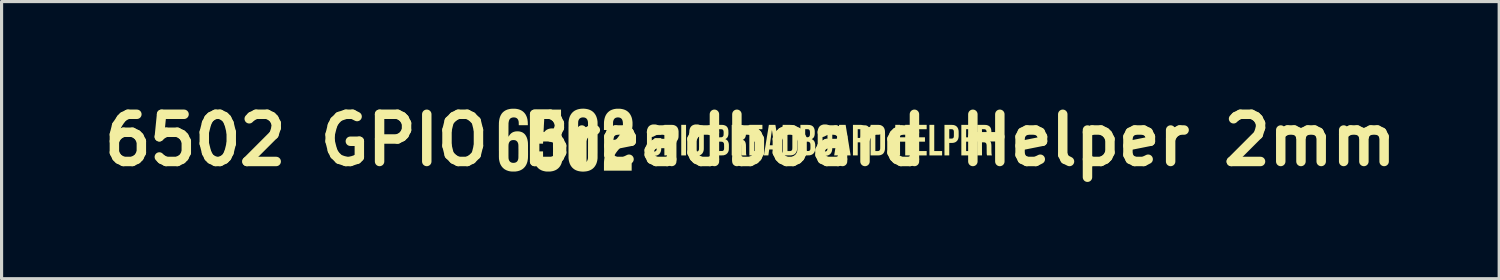
<source format=kicad_pcb>
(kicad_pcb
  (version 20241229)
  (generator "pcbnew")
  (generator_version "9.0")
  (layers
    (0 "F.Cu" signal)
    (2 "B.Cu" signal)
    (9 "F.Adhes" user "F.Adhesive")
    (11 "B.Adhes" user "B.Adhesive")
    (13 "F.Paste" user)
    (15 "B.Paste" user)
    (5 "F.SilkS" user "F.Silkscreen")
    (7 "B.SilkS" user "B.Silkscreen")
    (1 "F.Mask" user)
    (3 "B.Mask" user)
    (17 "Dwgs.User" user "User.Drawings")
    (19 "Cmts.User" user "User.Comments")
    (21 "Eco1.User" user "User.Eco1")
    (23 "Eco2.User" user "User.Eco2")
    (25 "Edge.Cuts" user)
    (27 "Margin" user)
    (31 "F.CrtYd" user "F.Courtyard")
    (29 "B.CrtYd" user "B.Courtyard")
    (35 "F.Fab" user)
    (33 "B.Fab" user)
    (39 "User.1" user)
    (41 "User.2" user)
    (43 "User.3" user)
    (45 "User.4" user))
  (footprint "6502 GPIO Breadboard Helper 2mm"
    (layer "F.Cu")
    (at 20.8 1.404)
    (property "Reference" "6502 GPIO Breadboard Helper 2mm" (at 0 0 0) (layer "F.SilkS") (effects (font (size 1.5 1.5) (thickness 0.3))))
    (attr board_only exclude_from_pos_files exclude_from_bom)
    (fp_poly (pts (xy -2.045 -0.000001) (xy -2.045 0.486) (xy -2.121 0.486) (xy -2.197 0.486) (xy -2.197 -0.000001) (xy -2.197 -0.486) (xy -2.121 -0.486) (xy -2.045 -0.486)) (stroke (width 0) (type solid)) (fill yes) (layer "F.SilkS"))
    (fp_poly (pts (xy 5.844 -0.069) (xy 5.844 0.347) (xy 5.969 0.347) (xy 6.094 0.347) (xy 6.094 0.416) (xy 6.094 0.486) (xy 5.893 0.486) (xy 5.691 0.486) (xy 5.691 -0.000001) (xy 5.691 -0.486) (xy 5.767 -0.486) (xy 5.844 -0.486)) (stroke (width 0) (type solid)) (fill yes) (layer "F.SilkS"))
    (fp_poly (pts (xy 0.382 -0.416) (xy 0.382 -0.347) (xy 0.25 -0.347) (xy 0.119 -0.347) (xy 0.119 -0.218) (xy 0.119 -0.09) (xy 0.223 -0.09) (xy 0.327 -0.09) (xy 0.327 -0.02) (xy 0.327 0.049) (xy 0.223 0.049) (xy 0.119 0.049) (xy 0.119 0.198) (xy 0.119 0.347) (xy 0.25 0.347) (xy 0.382 0.347) (xy 0.382 0.416) (xy 0.382 0.486) (xy 0.174 0.486) (xy -0.033 0.486) (xy -0.033 -0.000001) (xy -0.033 -0.486) (xy 0.174 -0.486) (xy 0.382 -0.486)) (stroke (width 0) (type solid)) (fill yes) (layer "F.SilkS"))
    (fp_poly (pts (xy 4.757 -0.288) (xy 4.757 -0.09) (xy 4.839 -0.09) (xy 4.921 -0.09) (xy 4.921 -0.288) (xy 4.921 -0.486) (xy 4.998 -0.486) (xy 5.074 -0.486) (xy 5.074 -0.000001) (xy 5.074 0.486) (xy 4.998 0.486) (xy 4.921 0.486) (xy 4.921 0.267) (xy 4.921 0.049) (xy 4.839 0.049) (xy 4.757 0.049) (xy 4.757 0.267) (xy 4.757 0.486) (xy 4.681 0.486) (xy 4.605 0.486) (xy 4.605 -0.000001) (xy 4.605 -0.486) (xy 4.681 -0.486) (xy 4.757 -0.486)) (stroke (width 0) (type solid)) (fill yes) (layer "F.SilkS"))
    (fp_poly (pts (xy 5.603 -0.416) (xy 5.603 -0.347) (xy 5.471 -0.347) (xy 5.339 -0.347) (xy 5.339 -0.218) (xy 5.339 -0.09) (xy 5.444 -0.09) (xy 5.549 -0.09) (xy 5.549 -0.02) (xy 5.549 0.049) (xy 5.444 0.049) (xy 5.339 0.049) (xy 5.339 0.198) (xy 5.339 0.347) (xy 5.471 0.347) (xy 5.603 0.347) (xy 5.603 0.416) (xy 5.603 0.486) (xy 5.395 0.486) (xy 5.187 0.486) (xy 5.187 -0.000001) (xy 5.187 -0.486) (xy 5.395 -0.486) (xy 5.603 -0.486)) (stroke (width 0) (type solid)) (fill yes) (layer "F.SilkS"))
    (fp_poly (pts (xy 7.121 -0.417) (xy 7.12 -0.348) (xy 6.989 -0.347) (xy 6.857 -0.347) (xy 6.857 -0.218) (xy 6.857 -0.09) (xy 6.962 -0.09) (xy 7.067 -0.09) (xy 7.067 -0.021) (xy 7.066 0.048) (xy 6.962 0.049) (xy 6.857 0.049) (xy 6.857 0.198) (xy 6.857 0.347) (xy 6.989 0.347) (xy 7.12 0.348) (xy 7.121 0.417) (xy 7.121 0.486) (xy 6.913 0.486) (xy 6.705 0.486) (xy 6.705 -0.000001) (xy 6.705 -0.486) (xy 6.913 -0.486) (xy 7.121 -0.486)) (stroke (width 0) (type solid)) (fill yes) (layer "F.SilkS"))
    (fp_poly (pts (xy -2.583 -0.486) (xy -2.56 -0.486) (xy -2.539 -0.485) (xy -2.521 -0.485) (xy -2.506 -0.485) (xy -2.492 -0.485) (xy -2.48 -0.484) (xy -2.47 -0.484) (xy -2.461 -0.483) (xy -2.453 -0.482) (xy -2.446 -0.481) (xy -2.439 -0.479) (xy -2.432 -0.478) (xy -2.426 -0.476) (xy -2.419 -0.474) (xy -2.416 -0.473) (xy -2.393 -0.464) (xy -2.372 -0.452) (xy -2.352 -0.438) (xy -2.335 -0.421) (xy -2.32 -0.402) (xy -2.309 -0.383) (xy -2.301 -0.363) (xy -2.293 -0.341) (xy -2.288 -0.318) (xy -2.284 -0.293) (xy -2.283 -0.289) (xy -2.283 -0.281) (xy -2.282 -0.271) (xy -2.282 -0.259) (xy -2.282 -0.245) (xy -2.282 -0.23) (xy -2.282 -0.213) (xy -2.282 -0.196) (xy -2.282 -0.179) (xy -2.282 -0.162) (xy -2.283 -0.146) (xy -2.283 -0.13) (xy -2.284 -0.117) (xy -2.284 -0.105) (xy -2.285 -0.095) (xy -2.285 -0.089) (xy -2.286 -0.086) (xy -2.291 -0.061) (xy -2.298 -0.039) (xy -2.306 -0.02) (xy -2.315 -0.002) (xy -2.326 0.014) (xy -2.339 0.029) (xy -2.352 0.042) (xy -2.365 0.052) (xy -2.379 0.061) (xy -2.386 0.064) (xy -2.399 0.07) (xy -2.412 0.076) (xy -2.425 0.08) (xy -2.44 0.083) (xy -2.455 0.086) (xy -2.473 0.088) (xy -2.492 0.089) (xy -2.514 0.09) (xy -2.532 0.09) (xy -2.581 0.09) (xy -2.581 0.288) (xy -2.581 0.486) (xy -2.657 0.486) (xy -2.734 0.486) (xy -2.734 -0.000001) (xy -2.734 -0.198) (xy -2.581 -0.198) (xy -2.581 -0.049) (xy -2.537 -0.049) (xy -2.521 -0.049) (xy -2.509 -0.049) (xy -2.499 -0.05) (xy -2.491 -0.05) (xy -2.486 -0.051) (xy -2.484 -0.051) (xy -2.47 -0.056) (xy -2.459 -0.063) (xy -2.45 -0.073) (xy -2.443 -0.084) (xy -2.438 -0.099) (xy -2.437 -0.106) (xy -2.436 -0.111) (xy -2.435 -0.119) (xy -2.435 -0.13) (xy -2.434 -0.143) (xy -2.434 -0.157) (xy -2.434 -0.173) (xy -2.434 -0.189) (xy -2.434 -0.206) (xy -2.434 -0.222) (xy -2.434 -0.237) (xy -2.434 -0.252) (xy -2.435 -0.265) (xy -2.435 -0.276) (xy -2.436 -0.284) (xy -2.436 -0.29) (xy -2.437 -0.29) (xy -2.441 -0.306) (xy -2.447 -0.318) (xy -2.454 -0.328) (xy -2.464 -0.336) (xy -2.466 -0.337) (xy -2.471 -0.34) (xy -2.476 -0.342) (xy -2.482 -0.344) (xy -2.487 -0.345) (xy -2.494 -0.346) (xy -2.503 -0.346) (xy -2.514 -0.347) (xy -2.527 -0.347) (xy -2.537 -0.347) (xy -2.581 -0.347) (xy -2.581 -0.198) (xy -2.734 -0.198) (xy -2.734 -0.486) (xy -2.61 -0.486)) (stroke (width 0) (type solid)) (fill yes) (layer "F.SilkS"))
    (fp_poly (pts (xy 6.302 -0.485) (xy 6.326 -0.485) (xy 6.348 -0.485) (xy 6.366 -0.485) (xy 6.382 -0.485) (xy 6.395 -0.485) (xy 6.407 -0.484) (xy 6.416 -0.484) (xy 6.424 -0.484) (xy 6.43 -0.484) (xy 6.436 -0.483) (xy 6.44 -0.483) (xy 6.444 -0.482) (xy 6.448 -0.482) (xy 6.451 -0.481) (xy 6.453 -0.481) (xy 6.479 -0.475) (xy 6.502 -0.467) (xy 6.522 -0.457) (xy 6.541 -0.445) (xy 6.557 -0.431) (xy 6.564 -0.424) (xy 6.578 -0.407) (xy 6.59 -0.388) (xy 6.6 -0.367) (xy 6.608 -0.344) (xy 6.614 -0.318) (xy 6.616 -0.308) (xy 6.617 -0.304) (xy 6.618 -0.299) (xy 6.618 -0.293) (xy 6.619 -0.285) (xy 6.619 -0.276) (xy 6.619 -0.266) (xy 6.619 -0.253) (xy 6.62 -0.237) (xy 6.62 -0.218) (xy 6.62 -0.21) (xy 6.62 -0.188) (xy 6.62 -0.169) (xy 6.62 -0.153) (xy 6.62 -0.139) (xy 6.62 -0.126) (xy 6.619 -0.116) (xy 6.618 -0.106) (xy 6.617 -0.098) (xy 6.616 -0.09) (xy 6.615 -0.081) (xy 6.613 -0.074) (xy 6.607 -0.047) (xy 6.597 -0.022) (xy 6.586 -0.00019) (xy 6.571 0.02) (xy 6.555 0.037) (xy 6.536 0.052) (xy 6.516 0.065) (xy 6.493 0.074) (xy 6.486 0.077) (xy 6.474 0.08) (xy 6.463 0.083) (xy 6.451 0.085) (xy 6.438 0.087) (xy 6.424 0.088) (xy 6.408 0.089) (xy 6.39 0.09) (xy 6.369 0.09) (xy 6.369 0.09) (xy 6.321 0.09) (xy 6.321 0.288) (xy 6.321 0.486) (xy 6.245 0.486) (xy 6.169 0.486) (xy 6.169 -0.000086) (xy 6.169 -0.198) (xy 6.321 -0.198) (xy 6.321 -0.049) (xy 6.365 -0.049) (xy 6.381 -0.049) (xy 6.393 -0.049) (xy 6.403 -0.05) (xy 6.411 -0.05) (xy 6.416 -0.051) (xy 6.418 -0.051) (xy 6.432 -0.057) (xy 6.444 -0.064) (xy 6.453 -0.074) (xy 6.46 -0.085) (xy 6.461 -0.089) (xy 6.463 -0.094) (xy 6.464 -0.099) (xy 6.465 -0.105) (xy 6.466 -0.112) (xy 6.467 -0.12) (xy 6.467 -0.13) (xy 6.468 -0.142) (xy 6.468 -0.156) (xy 6.468 -0.173) (xy 6.468 -0.193) (xy 6.468 -0.198) (xy 6.468 -0.218) (xy 6.468 -0.234) (xy 6.468 -0.248) (xy 6.468 -0.259) (xy 6.467 -0.268) (xy 6.467 -0.276) (xy 6.467 -0.282) (xy 6.466 -0.286) (xy 6.465 -0.29) (xy 6.462 -0.305) (xy 6.456 -0.318) (xy 6.448 -0.328) (xy 6.439 -0.336) (xy 6.427 -0.342) (xy 6.421 -0.344) (xy 6.417 -0.345) (xy 6.414 -0.345) (xy 6.409 -0.346) (xy 6.404 -0.346) (xy 6.397 -0.347) (xy 6.387 -0.347) (xy 6.376 -0.347) (xy 6.365 -0.347) (xy 6.321 -0.347) (xy 6.321 -0.198) (xy 6.169 -0.198) (xy 6.169 -0.486)) (stroke (width 0) (type solid)) (fill yes) (layer "F.SilkS"))
    (fp_poly (pts (xy 3.973 -0.486) (xy 3.996 -0.486) (xy 4.016 -0.485) (xy 4.034 -0.485) (xy 4.049 -0.485) (xy 4.062 -0.485) (xy 4.073 -0.485) (xy 4.083 -0.484) (xy 4.091 -0.483) (xy 4.098 -0.483) (xy 4.105 -0.482) (xy 4.111 -0.481) (xy 4.117 -0.48) (xy 4.122 -0.479) (xy 4.148 -0.472) (xy 4.171 -0.462) (xy 4.193 -0.449) (xy 4.212 -0.434) (xy 4.218 -0.429) (xy 4.232 -0.413) (xy 4.245 -0.394) (xy 4.256 -0.373) (xy 4.265 -0.35) (xy 4.271 -0.325) (xy 4.273 -0.316) (xy 4.274 -0.311) (xy 4.275 -0.306) (xy 4.276 -0.3) (xy 4.276 -0.294) (xy 4.277 -0.287) (xy 4.277 -0.279) (xy 4.278 -0.27) (xy 4.278 -0.26) (xy 4.279 -0.248) (xy 4.279 -0.235) (xy 4.279 -0.22) (xy 4.28 -0.203) (xy 4.28 -0.184) (xy 4.28 -0.162) (xy 4.28 -0.138) (xy 4.28 -0.112) (xy 4.28 -0.083) (xy 4.28 -0.05) (xy 4.28 -0.015) (xy 4.28 -0.000001) (xy 4.28 0.037) (xy 4.28 0.07) (xy 4.28 0.101) (xy 4.28 0.128) (xy 4.28 0.153) (xy 4.28 0.176) (xy 4.28 0.196) (xy 4.279 0.214) (xy 4.279 0.229) (xy 4.279 0.243) (xy 4.279 0.256) (xy 4.278 0.266) (xy 4.278 0.276) (xy 4.277 0.284) (xy 4.277 0.291) (xy 4.276 0.298) (xy 4.275 0.304) (xy 4.274 0.309) (xy 4.274 0.314) (xy 4.273 0.316) (xy 4.266 0.344) (xy 4.257 0.369) (xy 4.246 0.392) (xy 4.233 0.412) (xy 4.217 0.43) (xy 4.199 0.446) (xy 4.178 0.458) (xy 4.155 0.469) (xy 4.13 0.477) (xy 4.122 0.479) (xy 4.116 0.48) (xy 4.111 0.481) (xy 4.105 0.482) (xy 4.098 0.483) (xy 4.091 0.484) (xy 4.082 0.484) (xy 4.073 0.485) (xy 4.061 0.485) (xy 4.048 0.485) (xy 4.033 0.485) (xy 4.015 0.485) (xy 3.995 0.486) (xy 3.972 0.486) (xy 3.947 0.486) (xy 3.82 0.486) (xy 3.82 -0.000001) (xy 3.972 -0.000001) (xy 3.972 0.347) (xy 4.018 0.347) (xy 4.034 0.347) (xy 4.046 0.347) (xy 4.056 0.346) (xy 4.064 0.346) (xy 4.069 0.345) (xy 4.073 0.344) (xy 4.087 0.339) (xy 4.099 0.332) (xy 4.109 0.322) (xy 4.116 0.31) (xy 4.122 0.295) (xy 4.124 0.287) (xy 4.125 0.285) (xy 4.125 0.283) (xy 4.125 0.281) (xy 4.125 0.277) (xy 4.126 0.273) (xy 4.126 0.268) (xy 4.126 0.262) (xy 4.126 0.255) (xy 4.126 0.246) (xy 4.127 0.235) (xy 4.127 0.223) (xy 4.127 0.209) (xy 4.127 0.192) (xy 4.127 0.174) (xy 4.127 0.153) (xy 4.127 0.129) (xy 4.127 0.103) (xy 4.127 0.074) (xy 4.127 0.042) (xy 4.127 0.006) (xy 4.127 -0.000001) (xy 4.127 -0.036) (xy 4.127 -0.069) (xy 4.127 -0.098) (xy 4.127 -0.125) (xy 4.127 -0.149) (xy 4.127 -0.17) (xy 4.127 -0.189) (xy 4.127 -0.206) (xy 4.127 -0.221) (xy 4.127 -0.233) (xy 4.126 -0.244) (xy 4.126 -0.253) (xy 4.126 -0.261) (xy 4.126 -0.267) (xy 4.126 -0.273) (xy 4.125 -0.277) (xy 4.125 -0.28) (xy 4.125 -0.283) (xy 4.125 -0.285) (xy 4.124 -0.287) (xy 4.124 -0.287) (xy 4.119 -0.304) (xy 4.112 -0.317) (xy 4.104 -0.328) (xy 4.093 -0.336) (xy 4.08 -0.342) (xy 4.073 -0.344) (xy 4.069 -0.345) (xy 4.064 -0.346) (xy 4.056 -0.346) (xy 4.046 -0.347) (xy 4.033 -0.347) (xy 4.018 -0.347) (xy 3.972 -0.347) (xy 3.972 -0.000001) (xy 3.82 -0.000001) (xy 3.82 -0.486) (xy 3.947 -0.486)) (stroke (width 0) (type solid)) (fill yes) (layer "F.SilkS"))
    (fp_poly (pts (xy 1.164 -0.485) (xy 1.189 -0.485) (xy 1.21 -0.485) (xy 1.229 -0.485) (xy 1.245 -0.485) (xy 1.259 -0.485) (xy 1.271 -0.484) (xy 1.281 -0.484) (xy 1.289 -0.484) (xy 1.295 -0.484) (xy 1.301 -0.483) (xy 1.306 -0.483) (xy 1.31 -0.483) (xy 1.313 -0.482) (xy 1.316 -0.482) (xy 1.32 -0.481) (xy 1.345 -0.475) (xy 1.368 -0.467) (xy 1.388 -0.457) (xy 1.407 -0.445) (xy 1.424 -0.431) (xy 1.43 -0.424) (xy 1.445 -0.405) (xy 1.458 -0.384) (xy 1.468 -0.361) (xy 1.476 -0.335) (xy 1.477 -0.333) (xy 1.478 -0.329) (xy 1.479 -0.325) (xy 1.48 -0.321) (xy 1.481 -0.317) (xy 1.482 -0.313) (xy 1.482 -0.309) (xy 1.483 -0.304) (xy 1.483 -0.298) (xy 1.484 -0.292) (xy 1.484 -0.285) (xy 1.484 -0.276) (xy 1.485 -0.267) (xy 1.485 -0.256) (xy 1.485 -0.243) (xy 1.485 -0.228) (xy 1.485 -0.212) (xy 1.486 -0.193) (xy 1.486 -0.172) (xy 1.486 -0.149) (xy 1.486 -0.123) (xy 1.486 -0.094) (xy 1.486 -0.063) (xy 1.486 -0.028) (xy 1.486 -0.000001) (xy 1.486 0.037) (xy 1.486 0.071) (xy 1.486 0.102) (xy 1.486 0.13) (xy 1.486 0.155) (xy 1.486 0.178) (xy 1.485 0.198) (xy 1.485 0.216) (xy 1.485 0.232) (xy 1.485 0.246) (xy 1.485 0.259) (xy 1.485 0.269) (xy 1.484 0.279) (xy 1.484 0.287) (xy 1.484 0.294) (xy 1.483 0.3) (xy 1.483 0.305) (xy 1.482 0.31) (xy 1.481 0.314) (xy 1.481 0.318) (xy 1.48 0.322) (xy 1.479 0.326) (xy 1.478 0.33) (xy 1.477 0.333) (xy 1.469 0.359) (xy 1.459 0.382) (xy 1.446 0.404) (xy 1.431 0.422) (xy 1.43 0.424) (xy 1.414 0.439) (xy 1.397 0.452) (xy 1.378 0.462) (xy 1.357 0.471) (xy 1.334 0.477) (xy 1.308 0.482) (xy 1.297 0.484) (xy 1.293 0.484) (xy 1.285 0.485) (xy 1.274 0.485) (xy 1.261 0.485) (xy 1.245 0.485) (xy 1.227 0.485) (xy 1.207 0.486) (xy 1.185 0.486) (xy 1.161 0.486) (xy 1.154 0.486) (xy 1.026 0.486) (xy 1.026 -0.000001) (xy 1.179 -0.000001) (xy 1.179 0.347) (xy 1.226 0.347) (xy 1.24 0.347) (xy 1.252 0.347) (xy 1.261 0.347) (xy 1.269 0.346) (xy 1.274 0.346) (xy 1.278 0.345) (xy 1.282 0.344) (xy 1.282 0.344) (xy 1.296 0.339) (xy 1.308 0.331) (xy 1.317 0.321) (xy 1.324 0.311) (xy 1.325 0.308) (xy 1.326 0.306) (xy 1.327 0.303) (xy 1.328 0.301) (xy 1.329 0.298) (xy 1.33 0.295) (xy 1.331 0.291) (xy 1.331 0.287) (xy 1.332 0.282) (xy 1.332 0.275) (xy 1.333 0.268) (xy 1.333 0.259) (xy 1.333 0.248) (xy 1.334 0.236) (xy 1.334 0.222) (xy 1.334 0.206) (xy 1.334 0.188) (xy 1.334 0.167) (xy 1.334 0.145) (xy 1.334 0.119) (xy 1.334 0.091) (xy 1.334 0.059) (xy 1.334 0.025) (xy 1.334 -0.000001) (xy 1.334 -0.037) (xy 1.334 -0.07) (xy 1.334 -0.1) (xy 1.334 -0.128) (xy 1.334 -0.152) (xy 1.334 -0.175) (xy 1.334 -0.194) (xy 1.334 -0.212) (xy 1.334 -0.227) (xy 1.334 -0.24) (xy 1.333 -0.252) (xy 1.333 -0.262) (xy 1.333 -0.27) (xy 1.332 -0.277) (xy 1.332 -0.283) (xy 1.331 -0.288) (xy 1.331 -0.293) (xy 1.33 -0.296) (xy 1.329 -0.299) (xy 1.328 -0.302) (xy 1.327 -0.304) (xy 1.326 -0.307) (xy 1.325 -0.309) (xy 1.324 -0.311) (xy 1.316 -0.323) (xy 1.307 -0.332) (xy 1.295 -0.339) (xy 1.282 -0.344) (xy 1.278 -0.345) (xy 1.274 -0.346) (xy 1.269 -0.346) (xy 1.262 -0.347) (xy 1.252 -0.347) (xy 1.241 -0.347) (xy 1.226 -0.347) (xy 1.226 -0.347) (xy 1.179 -0.347) (xy 1.179 -0.000001) (xy 1.026 -0.000001) (xy 1.026 -0.000084) (xy 1.026 -0.486)) (stroke (width 0) (type solid)) (fill yes) (layer "F.SilkS"))
    (fp_poly (pts (xy -0.44 -0.486) (xy -0.416 -0.486) (xy -0.395 -0.485) (xy -0.376 -0.485) (xy -0.36 -0.485) (xy -0.345 -0.484) (xy -0.333 -0.484) (xy -0.322 -0.483) (xy -0.312 -0.482) (xy -0.303 -0.481) (xy -0.295 -0.48) (xy -0.288 -0.478) (xy -0.281 -0.476) (xy -0.273 -0.474) (xy -0.266 -0.472) (xy -0.264 -0.471) (xy -0.245 -0.464) (xy -0.229 -0.456) (xy -0.214 -0.447) (xy -0.2 -0.436) (xy -0.197 -0.432) (xy -0.183 -0.417) (xy -0.171 -0.399) (xy -0.161 -0.379) (xy -0.154 -0.357) (xy -0.148 -0.333) (xy -0.143 -0.306) (xy -0.143 -0.3) (xy -0.142 -0.292) (xy -0.142 -0.281) (xy -0.142 -0.269) (xy -0.141 -0.254) (xy -0.141 -0.239) (xy -0.142 -0.223) (xy -0.142 -0.207) (xy -0.142 -0.192) (xy -0.143 -0.178) (xy -0.143 -0.165) (xy -0.144 -0.155) (xy -0.145 -0.147) (xy -0.145 -0.145) (xy -0.151 -0.118) (xy -0.159 -0.095) (xy -0.169 -0.074) (xy -0.182 -0.055) (xy -0.196 -0.04) (xy -0.213 -0.026) (xy -0.227 -0.018) (xy -0.233 -0.015) (xy -0.238 -0.012) (xy -0.24 -0.01) (xy -0.241 -0.01) (xy -0.239 -0.008) (xy -0.235 -0.006) (xy -0.229 -0.004) (xy -0.228 -0.003) (xy -0.211 0.005) (xy -0.196 0.015) (xy -0.183 0.027) (xy -0.172 0.042) (xy -0.163 0.059) (xy -0.155 0.079) (xy -0.149 0.102) (xy -0.144 0.128) (xy -0.144 0.133) (xy -0.143 0.137) (xy -0.143 0.142) (xy -0.142 0.148) (xy -0.142 0.156) (xy -0.141 0.166) (xy -0.141 0.177) (xy -0.141 0.191) (xy -0.141 0.206) (xy -0.14 0.225) (xy -0.14 0.246) (xy -0.14 0.27) (xy -0.14 0.289) (xy -0.139 0.318) (xy -0.139 0.344) (xy -0.139 0.367) (xy -0.138 0.387) (xy -0.138 0.404) (xy -0.138 0.418) (xy -0.137 0.428) (xy -0.137 0.435) (xy -0.136 0.439) (xy -0.133 0.455) (xy -0.13 0.469) (xy -0.126 0.478) (xy -0.123 0.486) (xy -0.2 0.486) (xy -0.278 0.486) (xy -0.281 0.474) (xy -0.283 0.469) (xy -0.284 0.464) (xy -0.286 0.459) (xy -0.287 0.455) (xy -0.288 0.449) (xy -0.288 0.444) (xy -0.289 0.437) (xy -0.29 0.429) (xy -0.29 0.42) (xy -0.29 0.41) (xy -0.291 0.397) (xy -0.291 0.383) (xy -0.291 0.366) (xy -0.291 0.346) (xy -0.292 0.324) (xy -0.292 0.299) (xy -0.292 0.291) (xy -0.292 0.265) (xy -0.292 0.243) (xy -0.293 0.223) (xy -0.293 0.207) (xy -0.293 0.192) (xy -0.293 0.18) (xy -0.293 0.17) (xy -0.294 0.162) (xy -0.294 0.155) (xy -0.294 0.149) (xy -0.295 0.145) (xy -0.295 0.142) (xy -0.296 0.139) (xy -0.296 0.138) (xy -0.3 0.124) (xy -0.304 0.113) (xy -0.308 0.104) (xy -0.314 0.096) (xy -0.32 0.09) (xy -0.327 0.084) (xy -0.334 0.08) (xy -0.343 0.076) (xy -0.353 0.073) (xy -0.365 0.071) (xy -0.379 0.07) (xy -0.396 0.07) (xy -0.407 0.069) (xy -0.441 0.069) (xy -0.441 0.278) (xy -0.441 0.486) (xy -0.517 0.486) (xy -0.593 0.486) (xy -0.593 -0.000001) (xy -0.593 -0.208) (xy -0.441 -0.208) (xy -0.441 -0.069) (xy -0.407 -0.069) (xy -0.392 -0.07) (xy -0.38 -0.07) (xy -0.369 -0.071) (xy -0.361 -0.072) (xy -0.359 -0.072) (xy -0.343 -0.076) (xy -0.33 -0.083) (xy -0.318 -0.092) (xy -0.309 -0.103) (xy -0.302 -0.118) (xy -0.298 -0.129) (xy -0.297 -0.134) (xy -0.296 -0.142) (xy -0.295 -0.152) (xy -0.295 -0.164) (xy -0.294 -0.177) (xy -0.294 -0.191) (xy -0.294 -0.206) (xy -0.294 -0.221) (xy -0.294 -0.235) (xy -0.294 -0.248) (xy -0.294 -0.26) (xy -0.295 -0.269) (xy -0.295 -0.276) (xy -0.295 -0.278) (xy -0.299 -0.295) (xy -0.305 -0.31) (xy -0.312 -0.323) (xy -0.321 -0.333) (xy -0.332 -0.34) (xy -0.337 -0.342) (xy -0.34 -0.343) (xy -0.343 -0.344) (xy -0.347 -0.345) (xy -0.351 -0.345) (xy -0.357 -0.346) (xy -0.364 -0.346) (xy -0.374 -0.346) (xy -0.387 -0.346) (xy -0.394 -0.347) (xy -0.441 -0.347) (xy -0.441 -0.208) (xy -0.593 -0.208) (xy -0.593 -0.486) (xy -0.468 -0.486)) (stroke (width 0) (type solid)) (fill yes) (layer "F.SilkS"))
    (fp_poly (pts (xy 1.727 -0.485) (xy 1.753 -0.485) (xy 1.776 -0.485) (xy 1.795 -0.485) (xy 1.813 -0.485) (xy 1.827 -0.484) (xy 1.84 -0.484) (xy 1.851 -0.484) (xy 1.86 -0.484) (xy 1.868 -0.483) (xy 1.875 -0.482) (xy 1.881 -0.482) (xy 1.887 -0.481) (xy 1.892 -0.48) (xy 1.898 -0.479) (xy 1.903 -0.477) (xy 1.909 -0.476) (xy 1.91 -0.475) (xy 1.934 -0.468) (xy 1.956 -0.458) (xy 1.975 -0.446) (xy 1.992 -0.431) (xy 2.006 -0.414) (xy 2.018 -0.395) (xy 2.028 -0.373) (xy 2.036 -0.349) (xy 2.042 -0.323) (xy 2.045 -0.295) (xy 2.046 -0.28) (xy 2.046 -0.263) (xy 2.046 -0.245) (xy 2.046 -0.227) (xy 2.046 -0.209) (xy 2.045 -0.192) (xy 2.043 -0.177) (xy 2.042 -0.164) (xy 2.041 -0.158) (xy 2.034 -0.133) (xy 2.026 -0.11) (xy 2.015 -0.09) (xy 2.002 -0.072) (xy 1.987 -0.058) (xy 1.97 -0.045) (xy 1.962 -0.041) (xy 1.956 -0.037) (xy 1.951 -0.034) (xy 1.949 -0.032) (xy 1.949 -0.032) (xy 1.951 -0.03) (xy 1.955 -0.028) (xy 1.96 -0.025) (xy 1.961 -0.025) (xy 1.968 -0.022) (xy 1.977 -0.017) (xy 1.985 -0.012) (xy 1.987 -0.011) (xy 2.003 0.002) (xy 2.018 0.018) (xy 2.031 0.036) (xy 2.041 0.056) (xy 2.049 0.079) (xy 2.055 0.105) (xy 2.06 0.133) (xy 2.06 0.138) (xy 2.061 0.146) (xy 2.061 0.157) (xy 2.061 0.169) (xy 2.062 0.184) (xy 2.062 0.2) (xy 2.062 0.216) (xy 2.062 0.232) (xy 2.061 0.247) (xy 2.061 0.261) (xy 2.061 0.273) (xy 2.06 0.283) (xy 2.06 0.287) (xy 2.056 0.316) (xy 2.05 0.342) (xy 2.042 0.366) (xy 2.032 0.388) (xy 2.019 0.407) (xy 2.004 0.425) (xy 2.003 0.426) (xy 1.986 0.441) (xy 1.968 0.453) (xy 1.947 0.464) (xy 1.924 0.473) (xy 1.898 0.479) (xy 1.888 0.482) (xy 1.884 0.482) (xy 1.881 0.483) (xy 1.877 0.483) (xy 1.872 0.483) (xy 1.867 0.484) (xy 1.86 0.484) (xy 1.851 0.484) (xy 1.841 0.484) (xy 1.829 0.485) (xy 1.815 0.485) (xy 1.799 0.485) (xy 1.779 0.485) (xy 1.757 0.485) (xy 1.732 0.485) (xy 1.731 0.485) (xy 1.59 0.486) (xy 1.59 0.198) (xy 1.742 0.198) (xy 1.742 0.347) (xy 1.797 0.347) (xy 1.813 0.346) (xy 1.825 0.346) (xy 1.835 0.346) (xy 1.842 0.346) (xy 1.848 0.345) (xy 1.853 0.345) (xy 1.857 0.344) (xy 1.86 0.343) (xy 1.863 0.342) (xy 1.864 0.342) (xy 1.875 0.337) (xy 1.886 0.329) (xy 1.894 0.32) (xy 1.898 0.312) (xy 1.901 0.307) (xy 1.903 0.302) (xy 1.905 0.296) (xy 1.906 0.29) (xy 1.907 0.283) (xy 1.908 0.274) (xy 1.908 0.263) (xy 1.909 0.25) (xy 1.909 0.234) (xy 1.909 0.222) (xy 1.909 0.198) (xy 1.909 0.178) (xy 1.909 0.16) (xy 1.908 0.144) (xy 1.907 0.131) (xy 1.905 0.119) (xy 1.903 0.109) (xy 1.901 0.1) (xy 1.898 0.093) (xy 1.896 0.089) (xy 1.89 0.08) (xy 1.882 0.071) (xy 1.873 0.063) (xy 1.866 0.059) (xy 1.859 0.056) (xy 1.853 0.054) (xy 1.846 0.052) (xy 1.839 0.051) (xy 1.83 0.05) (xy 1.819 0.049) (xy 1.806 0.049) (xy 1.789 0.049) (xy 1.787 0.049) (xy 1.742 0.049) (xy 1.742 0.198) (xy 1.59 0.198) (xy 1.59 -0.000003) (xy 1.59 -0.218) (xy 1.742 -0.218) (xy 1.742 -0.089) (xy 1.783 -0.09) (xy 1.795 -0.091) (xy 1.806 -0.091) (xy 1.816 -0.092) (xy 1.825 -0.092) (xy 1.83 -0.093) (xy 1.833 -0.093) (xy 1.848 -0.098) (xy 1.861 -0.106) (xy 1.872 -0.116) (xy 1.881 -0.129) (xy 1.888 -0.144) (xy 1.89 -0.153) (xy 1.891 -0.159) (xy 1.892 -0.168) (xy 1.893 -0.18) (xy 1.893 -0.193) (xy 1.894 -0.207) (xy 1.894 -0.221) (xy 1.894 -0.236) (xy 1.893 -0.25) (xy 1.893 -0.263) (xy 1.892 -0.274) (xy 1.891 -0.283) (xy 1.89 -0.288) (xy 1.886 -0.304) (xy 1.88 -0.317) (xy 1.872 -0.328) (xy 1.862 -0.336) (xy 1.859 -0.337) (xy 1.854 -0.34) (xy 1.849 -0.342) (xy 1.844 -0.344) (xy 1.838 -0.345) (xy 1.831 -0.346) (xy 1.822 -0.346) (xy 1.812 -0.347) (xy 1.798 -0.347) (xy 1.787 -0.347) (xy 1.742 -0.347) (xy 1.742 -0.218) (xy 1.59 -0.218) (xy 1.59 -0.486)) (stroke (width 0) (type solid)) (fill yes) (layer "F.SilkS"))
    (fp_poly (pts (xy -1.002 -0.486) (xy -0.98 -0.486) (xy -0.959 -0.485) (xy -0.94 -0.485) (xy -0.924 -0.485) (xy -0.91 -0.485) (xy -0.898 -0.485) (xy -0.889 -0.484) (xy -0.884 -0.484) (xy -0.883 -0.484) (xy -0.854 -0.48) (xy -0.828 -0.474) (xy -0.804 -0.465) (xy -0.783 -0.455) (xy -0.765 -0.443) (xy -0.749 -0.428) (xy -0.735 -0.411) (xy -0.723 -0.391) (xy -0.714 -0.369) (xy -0.707 -0.344) (xy -0.702 -0.323) (xy -0.701 -0.316) (xy -0.7 -0.306) (xy -0.7 -0.294) (xy -0.699 -0.28) (xy -0.699 -0.265) (xy -0.698 -0.25) (xy -0.698 -0.235) (xy -0.698 -0.22) (xy -0.698 -0.207) (xy -0.699 -0.196) (xy -0.699 -0.187) (xy -0.699 -0.186) (xy -0.703 -0.16) (xy -0.709 -0.136) (xy -0.716 -0.114) (xy -0.725 -0.095) (xy -0.736 -0.08) (xy -0.748 -0.066) (xy -0.763 -0.053) (xy -0.779 -0.042) (xy -0.788 -0.037) (xy -0.793 -0.035) (xy -0.795 -0.033) (xy -0.796 -0.032) (xy -0.794 -0.03) (xy -0.79 -0.028) (xy -0.784 -0.026) (xy -0.782 -0.025) (xy -0.762 -0.014) (xy -0.745 -0.001) (xy -0.729 0.014) (xy -0.716 0.032) (xy -0.705 0.052) (xy -0.696 0.075) (xy -0.689 0.101) (xy -0.685 0.125) (xy -0.685 0.131) (xy -0.684 0.137) (xy -0.684 0.144) (xy -0.683 0.152) (xy -0.683 0.161) (xy -0.683 0.171) (xy -0.683 0.184) (xy -0.683 0.2) (xy -0.683 0.218) (xy -0.683 0.224) (xy -0.683 0.242) (xy -0.684 0.258) (xy -0.684 0.271) (xy -0.684 0.281) (xy -0.684 0.29) (xy -0.685 0.297) (xy -0.685 0.303) (xy -0.686 0.308) (xy -0.687 0.313) (xy -0.687 0.317) (xy -0.687 0.318) (xy -0.694 0.345) (xy -0.703 0.37) (xy -0.715 0.392) (xy -0.729 0.412) (xy -0.745 0.43) (xy -0.763 0.445) (xy -0.784 0.458) (xy -0.807 0.468) (xy -0.833 0.477) (xy -0.853 0.481) (xy -0.856 0.482) (xy -0.86 0.482) (xy -0.863 0.483) (xy -0.867 0.483) (xy -0.872 0.483) (xy -0.878 0.484) (xy -0.884 0.484) (xy -0.893 0.484) (xy -0.902 0.484) (xy -0.914 0.485) (xy -0.928 0.485) (xy -0.944 0.485) (xy -0.963 0.485) (xy -0.985 0.485) (xy -1.01 0.485) (xy -1.012 0.485) (xy -1.153 0.486) (xy -1.153 0.198) (xy -1.001 0.198) (xy -1.001 0.347) (xy -0.945 0.346) (xy -0.93 0.346) (xy -0.917 0.346) (xy -0.907 0.346) (xy -0.899 0.345) (xy -0.893 0.345) (xy -0.888 0.345) (xy -0.884 0.344) (xy -0.882 0.343) (xy -0.882 0.343) (xy -0.868 0.337) (xy -0.857 0.328) (xy -0.848 0.317) (xy -0.842 0.305) (xy -0.842 0.304) (xy -0.84 0.298) (xy -0.839 0.293) (xy -0.838 0.287) (xy -0.837 0.281) (xy -0.836 0.274) (xy -0.836 0.266) (xy -0.835 0.256) (xy -0.835 0.244) (xy -0.835 0.229) (xy -0.835 0.212) (xy -0.835 0.198) (xy -0.836 0.18) (xy -0.836 0.166) (xy -0.836 0.154) (xy -0.836 0.144) (xy -0.837 0.136) (xy -0.837 0.13) (xy -0.837 0.125) (xy -0.838 0.121) (xy -0.839 0.117) (xy -0.839 0.114) (xy -0.84 0.112) (xy -0.845 0.095) (xy -0.853 0.082) (xy -0.862 0.071) (xy -0.873 0.062) (xy -0.887 0.055) (xy -0.9 0.052) (xy -0.906 0.051) (xy -0.913 0.05) (xy -0.922 0.05) (xy -0.934 0.049) (xy -0.949 0.049) (xy -0.956 0.049) (xy -1.001 0.049) (xy -1.001 0.198) (xy -1.153 0.198) (xy -1.153 0.00008) (xy -1.153 -0.218) (xy -1.001 -0.218) (xy -1.001 -0.089) (xy -0.96 -0.09) (xy -0.945 -0.091) (xy -0.933 -0.091) (xy -0.923 -0.092) (xy -0.916 -0.092) (xy -0.911 -0.093) (xy -0.909 -0.094) (xy -0.894 -0.099) (xy -0.881 -0.107) (xy -0.871 -0.117) (xy -0.862 -0.129) (xy -0.856 -0.145) (xy -0.854 -0.15) (xy -0.853 -0.155) (xy -0.852 -0.163) (xy -0.852 -0.174) (xy -0.851 -0.186) (xy -0.851 -0.2) (xy -0.85 -0.214) (xy -0.85 -0.228) (xy -0.85 -0.242) (xy -0.851 -0.255) (xy -0.851 -0.267) (xy -0.852 -0.276) (xy -0.853 -0.282) (xy -0.857 -0.299) (xy -0.863 -0.314) (xy -0.871 -0.326) (xy -0.882 -0.335) (xy -0.894 -0.342) (xy -0.897 -0.343) (xy -0.9 -0.344) (xy -0.903 -0.345) (xy -0.907 -0.345) (xy -0.913 -0.346) (xy -0.92 -0.346) (xy -0.93 -0.346) (xy -0.942 -0.346) (xy -0.952 -0.347) (xy -1.001 -0.347) (xy -1.001 -0.218) (xy -1.153 -0.218) (xy -1.153 -0.486) (xy -1.026 -0.486)) (stroke (width 0) (type solid)) (fill yes) (layer "F.SilkS"))
    (fp_poly (pts (xy 3.41 -0.486) (xy 3.432 -0.486) (xy 3.453 -0.485) (xy 3.472 -0.485) (xy 3.488 -0.485) (xy 3.502 -0.485) (xy 3.513 -0.485) (xy 3.522 -0.484) (xy 3.527 -0.484) (xy 3.527 -0.484) (xy 3.555 -0.48) (xy 3.581 -0.474) (xy 3.605 -0.465) (xy 3.625 -0.455) (xy 3.644 -0.443) (xy 3.66 -0.428) (xy 3.673 -0.412) (xy 3.685 -0.393) (xy 3.695 -0.371) (xy 3.699 -0.359) (xy 3.702 -0.349) (xy 3.704 -0.34) (xy 3.706 -0.331) (xy 3.708 -0.322) (xy 3.709 -0.311) (xy 3.71 -0.3) (xy 3.71 -0.286) (xy 3.711 -0.27) (xy 3.711 -0.251) (xy 3.711 -0.249) (xy 3.711 -0.23) (xy 3.711 -0.212) (xy 3.711 -0.197) (xy 3.711 -0.183) (xy 3.71 -0.173) (xy 3.71 -0.169) (xy 3.706 -0.141) (xy 3.701 -0.115) (xy 3.693 -0.092) (xy 3.682 -0.072) (xy 3.67 -0.054) (xy 3.655 -0.038) (xy 3.638 -0.025) (xy 3.626 -0.018) (xy 3.62 -0.015) (xy 3.615 -0.012) (xy 3.612 -0.01) (xy 3.612 -0.01) (xy 3.613 -0.008) (xy 3.615 -0.007) (xy 3.627 -0.002) (xy 3.64 0.004) (xy 3.652 0.012) (xy 3.662 0.02) (xy 3.669 0.027) (xy 3.681 0.043) (xy 3.691 0.062) (xy 3.699 0.082) (xy 3.703 0.099) (xy 3.705 0.105) (xy 3.706 0.111) (xy 3.707 0.118) (xy 3.708 0.124) (xy 3.709 0.131) (xy 3.71 0.138) (xy 3.71 0.147) (xy 3.711 0.156) (xy 3.711 0.167) (xy 3.712 0.18) (xy 3.712 0.195) (xy 3.712 0.213) (xy 3.713 0.232) (xy 3.713 0.255) (xy 3.713 0.28) (xy 3.713 0.291) (xy 3.713 0.317) (xy 3.714 0.341) (xy 3.714 0.361) (xy 3.714 0.379) (xy 3.715 0.394) (xy 3.715 0.407) (xy 3.715 0.418) (xy 3.716 0.428) (xy 3.716 0.436) (xy 3.717 0.443) (xy 3.718 0.449) (xy 3.719 0.454) (xy 3.72 0.459) (xy 3.721 0.463) (xy 3.723 0.468) (xy 3.724 0.472) (xy 3.726 0.478) (xy 3.728 0.482) (xy 3.729 0.485) (xy 3.729 0.485) (xy 3.727 0.485) (xy 3.722 0.485) (xy 3.715 0.485) (xy 3.705 0.485) (xy 3.693 0.485) (xy 3.68 0.486) (xy 3.665 0.486) (xy 3.652 0.486) (xy 3.575 0.486) (xy 3.571 0.474) (xy 3.57 0.469) (xy 3.568 0.464) (xy 3.567 0.459) (xy 3.566 0.455) (xy 3.565 0.449) (xy 3.564 0.444) (xy 3.564 0.437) (xy 3.563 0.43) (xy 3.563 0.421) (xy 3.563 0.411) (xy 3.562 0.399) (xy 3.562 0.384) (xy 3.562 0.368) (xy 3.561 0.348) (xy 3.561 0.326) (xy 3.561 0.301) (xy 3.561 0.293) (xy 3.561 0.267) (xy 3.561 0.245) (xy 3.56 0.226) (xy 3.56 0.21) (xy 3.56 0.195) (xy 3.56 0.184) (xy 3.56 0.174) (xy 3.559 0.165) (xy 3.559 0.159) (xy 3.559 0.153) (xy 3.558 0.149) (xy 3.558 0.145) (xy 3.557 0.142) (xy 3.557 0.139) (xy 3.556 0.136) (xy 3.552 0.119) (xy 3.545 0.106) (xy 3.538 0.094) (xy 3.528 0.085) (xy 3.516 0.079) (xy 3.504 0.074) (xy 3.499 0.073) (xy 3.495 0.072) (xy 3.489 0.071) (xy 3.482 0.071) (xy 3.473 0.07) (xy 3.461 0.07) (xy 3.452 0.07) (xy 3.412 0.069) (xy 3.412 0.277) (xy 3.412 0.486) (xy 3.336 0.486) (xy 3.26 0.486) (xy 3.26 -0.000001) (xy 3.26 -0.208) (xy 3.412 -0.208) (xy 3.412 -0.069) (xy 3.446 -0.069) (xy 3.461 -0.07) (xy 3.473 -0.07) (xy 3.484 -0.071) (xy 3.492 -0.072) (xy 3.493 -0.072) (xy 3.51 -0.076) (xy 3.524 -0.083) (xy 3.533 -0.09) (xy 3.541 -0.099) (xy 3.547 -0.108) (xy 3.552 -0.12) (xy 3.554 -0.127) (xy 3.555 -0.13) (xy 3.556 -0.134) (xy 3.557 -0.138) (xy 3.557 -0.142) (xy 3.558 -0.148) (xy 3.558 -0.155) (xy 3.558 -0.164) (xy 3.559 -0.176) (xy 3.559 -0.19) (xy 3.559 -0.201) (xy 3.559 -0.221) (xy 3.559 -0.237) (xy 3.559 -0.251) (xy 3.559 -0.262) (xy 3.558 -0.272) (xy 3.557 -0.28) (xy 3.556 -0.287) (xy 3.555 -0.293) (xy 3.553 -0.299) (xy 3.552 -0.301) (xy 3.546 -0.315) (xy 3.537 -0.327) (xy 3.527 -0.336) (xy 3.516 -0.342) (xy 3.513 -0.343) (xy 3.51 -0.344) (xy 3.506 -0.345) (xy 3.502 -0.345) (xy 3.496 -0.346) (xy 3.488 -0.346) (xy 3.479 -0.346) (xy 3.466 -0.346) (xy 3.459 -0.347) (xy 3.412 -0.347) (xy 3.412 -0.208) (xy 3.26 -0.208) (xy 3.26 -0.486) (xy 3.385 -0.486)) (stroke (width 0) (type solid)) (fill yes) (layer "F.SilkS"))
    (fp_poly (pts (xy 7.344 -0.485) (xy 7.369 -0.485) (xy 7.391 -0.485) (xy 7.41 -0.485) (xy 7.426 -0.485) (xy 7.44 -0.485) (xy 7.452 -0.484) (xy 7.462 -0.484) (xy 7.47 -0.484) (xy 7.477 -0.484) (xy 7.482 -0.483) (xy 7.487 -0.483) (xy 7.491 -0.482) (xy 7.494 -0.482) (xy 7.495 -0.482) (xy 7.522 -0.476) (xy 7.546 -0.468) (xy 7.567 -0.459) (xy 7.586 -0.447) (xy 7.603 -0.434) (xy 7.617 -0.419) (xy 7.629 -0.401) (xy 7.635 -0.39) (xy 7.642 -0.375) (xy 7.648 -0.358) (xy 7.652 -0.339) (xy 7.656 -0.319) (xy 7.658 -0.296) (xy 7.66 -0.271) (xy 7.661 -0.243) (xy 7.66 -0.212) (xy 7.66 -0.21) (xy 7.66 -0.188) (xy 7.658 -0.168) (xy 7.657 -0.151) (xy 7.654 -0.136) (xy 7.651 -0.122) (xy 7.648 -0.109) (xy 7.643 -0.096) (xy 7.642 -0.094) (xy 7.633 -0.076) (xy 7.622 -0.059) (xy 7.609 -0.044) (xy 7.594 -0.031) (xy 7.578 -0.02) (xy 7.569 -0.015) (xy 7.564 -0.012) (xy 7.561 -0.01) (xy 7.562 -0.008) (xy 7.566 -0.007) (xy 7.585 0.002) (xy 7.601 0.013) (xy 7.615 0.025) (xy 7.627 0.039) (xy 7.637 0.055) (xy 7.645 0.075) (xy 7.65 0.092) (xy 7.652 0.099) (xy 7.653 0.105) (xy 7.654 0.111) (xy 7.655 0.117) (xy 7.656 0.124) (xy 7.658 0.133) (xy 7.658 0.14) (xy 7.659 0.145) (xy 7.659 0.151) (xy 7.66 0.159) (xy 7.66 0.168) (xy 7.66 0.179) (xy 7.661 0.193) (xy 7.661 0.208) (xy 7.661 0.226) (xy 7.661 0.248) (xy 7.661 0.256) (xy 7.661 0.291) (xy 7.661 0.323) (xy 7.662 0.351) (xy 7.662 0.375) (xy 7.663 0.397) (xy 7.664 0.415) (xy 7.665 0.43) (xy 7.666 0.441) (xy 7.667 0.449) (xy 7.667 0.449) (xy 7.671 0.465) (xy 7.676 0.481) (xy 7.677 0.483) (xy 7.677 0.483) (xy 7.677 0.484) (xy 7.676 0.484) (xy 7.673 0.485) (xy 7.67 0.485) (xy 7.664 0.485) (xy 7.657 0.485) (xy 7.647 0.485) (xy 7.635 0.485) (xy 7.62 0.485) (xy 7.603 0.485) (xy 7.601 0.485) (xy 7.523 0.485) (xy 7.521 0.478) (xy 7.519 0.473) (xy 7.518 0.466) (xy 7.516 0.459) (xy 7.515 0.457) (xy 7.514 0.454) (xy 7.514 0.451) (xy 7.513 0.448) (xy 7.513 0.445) (xy 7.513 0.44) (xy 7.512 0.435) (xy 7.512 0.428) (xy 7.512 0.42) (xy 7.512 0.41) (xy 7.511 0.398) (xy 7.511 0.384) (xy 7.511 0.368) (xy 7.511 0.349) (xy 7.511 0.327) (xy 7.51 0.302) (xy 7.51 0.3) (xy 7.51 0.274) (xy 7.51 0.252) (xy 7.51 0.232) (xy 7.509 0.215) (xy 7.509 0.2) (xy 7.509 0.187) (xy 7.509 0.177) (xy 7.508 0.168) (xy 7.508 0.161) (xy 7.508 0.155) (xy 7.507 0.151) (xy 7.507 0.147) (xy 7.506 0.144) (xy 7.506 0.143) (xy 7.502 0.126) (xy 7.498 0.112) (xy 7.491 0.101) (xy 7.484 0.091) (xy 7.474 0.084) (xy 7.463 0.078) (xy 7.452 0.074) (xy 7.448 0.073) (xy 7.444 0.072) (xy 7.44 0.071) (xy 7.434 0.071) (xy 7.428 0.07) (xy 7.419 0.07) (xy 7.408 0.07) (xy 7.4 0.07) (xy 7.361 0.07) (xy 7.361 0.278) (xy 7.362 0.486) (xy 7.285 0.486) (xy 7.209 0.486) (xy 7.209 -0.000093) (xy 7.209 -0.347) (xy 7.359 -0.347) (xy 7.36 -0.295) (xy 7.361 -0.282) (xy 7.361 -0.267) (xy 7.361 -0.249) (xy 7.361 -0.23) (xy 7.361 -0.21) (xy 7.361 -0.19) (xy 7.361 -0.17) (xy 7.361 -0.156) (xy 7.361 -0.069) (xy 7.402 -0.07) (xy 7.415 -0.07) (xy 7.426 -0.071) (xy 7.435 -0.071) (xy 7.441 -0.072) (xy 7.446 -0.072) (xy 7.45 -0.073) (xy 7.451 -0.074) (xy 7.466 -0.08) (xy 7.479 -0.088) (xy 7.489 -0.098) (xy 7.497 -0.111) (xy 7.503 -0.126) (xy 7.505 -0.134) (xy 7.506 -0.14) (xy 7.506 -0.148) (xy 7.507 -0.159) (xy 7.507 -0.172) (xy 7.508 -0.187) (xy 7.508 -0.202) (xy 7.508 -0.217) (xy 7.508 -0.232) (xy 7.507 -0.246) (xy 7.507 -0.26) (xy 7.506 -0.271) (xy 7.506 -0.28) (xy 7.505 -0.286) (xy 7.505 -0.287) (xy 7.5 -0.303) (xy 7.494 -0.316) (xy 7.486 -0.327) (xy 7.477 -0.335) (xy 7.465 -0.341) (xy 7.458 -0.344) (xy 7.455 -0.345) (xy 7.451 -0.345) (xy 7.446 -0.346) (xy 7.441 -0.346) (xy 7.434 -0.347) (xy 7.424 -0.347) (xy 7.413 -0.347) (xy 7.403 -0.347) (xy 7.359 -0.347) (xy 7.209 -0.347) (xy 7.209 -0.486)) (stroke (width 0) (type solid)) (fill yes) (layer "F.SilkS"))
    (fp_poly (pts (xy -4.183 -0.999) (xy -4.168 -0.999) (xy -4.154 -0.998) (xy -4.143 -0.998) (xy -4.135 -0.997) (xy -4.095 -0.991) (xy -4.057 -0.984) (xy -4.022 -0.974) (xy -3.989 -0.962) (xy -3.958 -0.948) (xy -3.93 -0.931) (xy -3.903 -0.912) (xy -3.899 -0.908) (xy -3.892 -0.903) (xy -3.885 -0.896) (xy -3.876 -0.888) (xy -3.868 -0.88) (xy -3.866 -0.878) (xy -3.843 -0.852) (xy -3.823 -0.823) (xy -3.805 -0.792) (xy -3.789 -0.759) (xy -3.775 -0.723) (xy -3.764 -0.685) (xy -3.756 -0.645) (xy -3.75 -0.602) (xy -3.747 -0.575) (xy -3.746 -0.561) (xy -3.746 -0.544) (xy -3.746 -0.526) (xy -3.746 -0.507) (xy -3.746 -0.488) (xy -3.746 -0.471) (xy -3.747 -0.455) (xy -3.748 -0.446) (xy -3.753 -0.405) (xy -3.76 -0.364) (xy -3.769 -0.324) (xy -3.78 -0.285) (xy -3.794 -0.246) (xy -3.81 -0.206) (xy -3.828 -0.167) (xy -3.849 -0.128) (xy -3.873 -0.088) (xy -3.899 -0.047) (xy -3.928 -0.006) (xy -3.96 0.037) (xy -3.995 0.08) (xy -4.008 0.096) (xy -4.021 0.112) (xy -4.034 0.127) (xy -4.047 0.142) (xy -4.06 0.157) (xy -4.075 0.173) (xy -4.091 0.191) (xy -4.108 0.21) (xy -4.118 0.22) (xy -4.146 0.251) (xy -4.172 0.28) (xy -4.196 0.307) (xy -4.217 0.333) (xy -4.237 0.357) (xy -4.254 0.38) (xy -4.269 0.401) (xy -4.283 0.422) (xy -4.295 0.442) (xy -4.306 0.461) (xy -4.315 0.48) (xy -4.323 0.499) (xy -4.33 0.518) (xy -4.336 0.536) (xy -4.337 0.538) (xy -4.342 0.559) (xy -4.346 0.58) (xy -4.349 0.601) (xy -4.351 0.624) (xy -4.352 0.649) (xy -4.352 0.657) (xy -4.352 0.695) (xy -4.062 0.695) (xy -3.773 0.695) (xy -3.773 0.833) (xy -3.773 0.971) (xy -4.213 0.971) (xy -4.654 0.971) (xy -4.654 0.842) (xy -4.654 0.821) (xy -4.654 0.8) (xy -4.654 0.779) (xy -4.654 0.76) (xy -4.654 0.742) (xy -4.653 0.726) (xy -4.653 0.712) (xy -4.653 0.701) (xy -4.653 0.692) (xy -4.652 0.687) (xy -4.648 0.638) (xy -4.642 0.591) (xy -4.634 0.547) (xy -4.623 0.504) (xy -4.611 0.463) (xy -4.595 0.423) (xy -4.578 0.383) (xy -4.557 0.344) (xy -4.534 0.305) (xy -4.507 0.265) (xy -4.486 0.235) (xy -4.472 0.218) (xy -4.459 0.2) (xy -4.445 0.183) (xy -4.43 0.165) (xy -4.414 0.147) (xy -4.397 0.127) (xy -4.378 0.106) (xy -4.357 0.083) (xy -4.352 0.078) (xy -4.319 0.042) (xy -4.288 0.007) (xy -4.26 -0.026) (xy -4.234 -0.057) (xy -4.211 -0.086) (xy -4.189 -0.115) (xy -4.17 -0.142) (xy -4.152 -0.169) (xy -4.136 -0.195) (xy -4.122 -0.221) (xy -4.109 -0.246) (xy -4.098 -0.271) (xy -4.088 -0.296) (xy -4.08 -0.316) (xy -4.069 -0.352) (xy -4.061 -0.387) (xy -4.055 -0.424) (xy -4.051 -0.461) (xy -4.05 -0.5) (xy -4.051 -0.518) (xy -4.052 -0.547) (xy -4.054 -0.573) (xy -4.058 -0.596) (xy -4.063 -0.617) (xy -4.069 -0.635) (xy -4.076 -0.652) (xy -4.085 -0.666) (xy -4.095 -0.679) (xy -4.096 -0.68) (xy -4.111 -0.693) (xy -4.128 -0.704) (xy -4.146 -0.712) (xy -4.167 -0.718) (xy -4.19 -0.721) (xy -4.197 -0.722) (xy -4.222 -0.722) (xy -4.244 -0.719) (xy -4.266 -0.714) (xy -4.285 -0.707) (xy -4.302 -0.697) (xy -4.31 -0.691) (xy -4.323 -0.678) (xy -4.335 -0.663) (xy -4.344 -0.646) (xy -4.352 -0.627) (xy -4.359 -0.605) (xy -4.362 -0.592) (xy -4.362 -0.588) (xy -4.363 -0.585) (xy -4.363 -0.581) (xy -4.364 -0.577) (xy -4.364 -0.572) (xy -4.365 -0.566) (xy -4.365 -0.559) (xy -4.365 -0.55) (xy -4.365 -0.539) (xy -4.365 -0.526) (xy -4.366 -0.511) (xy -4.366 -0.493) (xy -4.366 -0.473) (xy -4.366 -0.449) (xy -4.366 -0.449) (xy -4.367 -0.323) (xy -4.51 -0.323) (xy -4.654 -0.323) (xy -4.654 -0.438) (xy -4.654 -0.463) (xy -4.654 -0.486) (xy -4.654 -0.505) (xy -4.654 -0.523) (xy -4.653 -0.538) (xy -4.653 -0.551) (xy -4.653 -0.563) (xy -4.652 -0.574) (xy -4.651 -0.584) (xy -4.651 -0.593) (xy -4.65 -0.603) (xy -4.649 -0.612) (xy -4.647 -0.622) (xy -4.64 -0.663) (xy -4.631 -0.701) (xy -4.619 -0.738) (xy -4.605 -0.773) (xy -4.588 -0.805) (xy -4.569 -0.835) (xy -4.547 -0.863) (xy -4.523 -0.888) (xy -4.497 -0.911) (xy -4.471 -0.93) (xy -4.443 -0.947) (xy -4.412 -0.961) (xy -4.379 -0.973) (xy -4.344 -0.984) (xy -4.306 -0.991) (xy -4.266 -0.997) (xy -4.265 -0.997) (xy -4.256 -0.998) (xy -4.244 -0.998) (xy -4.23 -0.999) (xy -4.215 -0.999) (xy -4.199 -0.999)) (stroke (width 0) (type solid)) (fill yes) (layer "F.SilkS"))
    (fp_poly (pts (xy 0.795 -0.481) (xy 0.796 -0.479) (xy 0.796 -0.473) (xy 0.798 -0.465) (xy 0.8 -0.454) (xy 0.802 -0.44) (xy 0.805 -0.423) (xy 0.808 -0.405) (xy 0.811 -0.384) (xy 0.815 -0.361) (xy 0.819 -0.336) (xy 0.823 -0.309) (xy 0.828 -0.281) (xy 0.833 -0.252) (xy 0.838 -0.221) (xy 0.843 -0.189) (xy 0.848 -0.156) (xy 0.854 -0.123) (xy 0.859 -0.089) (xy 0.865 -0.054) (xy 0.87 -0.02) (xy 0.876 0.015) (xy 0.882 0.05) (xy 0.887 0.084) (xy 0.893 0.118) (xy 0.898 0.152) (xy 0.904 0.185) (xy 0.909 0.217) (xy 0.914 0.248) (xy 0.919 0.277) (xy 0.923 0.306) (xy 0.928 0.333) (xy 0.932 0.358) (xy 0.935 0.381) (xy 0.939 0.403) (xy 0.942 0.422) (xy 0.945 0.439) (xy 0.947 0.453) (xy 0.949 0.465) (xy 0.95 0.474) (xy 0.951 0.48) (xy 0.952 0.483) (xy 0.952 0.483) (xy 0.951 0.484) (xy 0.95 0.484) (xy 0.947 0.485) (xy 0.943 0.485) (xy 0.938 0.485) (xy 0.93 0.485) (xy 0.919 0.486) (xy 0.906 0.486) (xy 0.891 0.486) (xy 0.876 0.486) (xy 0.8 0.486) (xy 0.787 0.391) (xy 0.773 0.296) (xy 0.686 0.296) (xy 0.666 0.296) (xy 0.648 0.296) (xy 0.634 0.296) (xy 0.623 0.296) (xy 0.614 0.297) (xy 0.607 0.297) (xy 0.602 0.297) (xy 0.6 0.298) (xy 0.598 0.298) (xy 0.598 0.298) (xy 0.598 0.3) (xy 0.597 0.305) (xy 0.596 0.313) (xy 0.595 0.322) (xy 0.593 0.334) (xy 0.591 0.347) (xy 0.589 0.361) (xy 0.587 0.376) (xy 0.585 0.391) (xy 0.583 0.406) (xy 0.581 0.421) (xy 0.579 0.435) (xy 0.577 0.448) (xy 0.575 0.459) (xy 0.574 0.468) (xy 0.573 0.475) (xy 0.572 0.479) (xy 0.572 0.48) (xy 0.571 0.486) (xy 0.501 0.486) (xy 0.482 0.486) (xy 0.466 0.486) (xy 0.453 0.485) (xy 0.444 0.485) (xy 0.437 0.485) (xy 0.432 0.484) (xy 0.431 0.484) (xy 0.431 0.484) (xy 0.431 0.482) (xy 0.432 0.477) (xy 0.433 0.469) (xy 0.435 0.458) (xy 0.437 0.444) (xy 0.44 0.428) (xy 0.443 0.409) (xy 0.446 0.388) (xy 0.45 0.364) (xy 0.454 0.339) (xy 0.458 0.311) (xy 0.463 0.282) (xy 0.468 0.251) (xy 0.473 0.219) (xy 0.479 0.185) (xy 0.482 0.164) (xy 0.616 0.164) (xy 0.685 0.164) (xy 0.702 0.164) (xy 0.716 0.164) (xy 0.727 0.164) (xy 0.736 0.164) (xy 0.743 0.164) (xy 0.747 0.163) (xy 0.751 0.163) (xy 0.753 0.163) (xy 0.754 0.162) (xy 0.754 0.161) (xy 0.754 0.161) (xy 0.754 0.159) (xy 0.753 0.153) (xy 0.752 0.145) (xy 0.75 0.134) (xy 0.749 0.121) (xy 0.746 0.105) (xy 0.744 0.088) (xy 0.741 0.069) (xy 0.738 0.048) (xy 0.735 0.027) (xy 0.732 0.004) (xy 0.729 -0.02) (xy 0.725 -0.044) (xy 0.722 -0.068) (xy 0.718 -0.093) (xy 0.715 -0.117) (xy 0.712 -0.141) (xy 0.708 -0.164) (xy 0.705 -0.187) (xy 0.702 -0.208) (xy 0.699 -0.229) (xy 0.696 -0.247) (xy 0.694 -0.264) (xy 0.692 -0.279) (xy 0.69 -0.292) (xy 0.688 -0.302) (xy 0.687 -0.309) (xy 0.686 -0.314) (xy 0.686 -0.315) (xy 0.684 -0.316) (xy 0.684 -0.316) (xy 0.684 -0.315) (xy 0.683 -0.31) (xy 0.682 -0.302) (xy 0.68 -0.291) (xy 0.678 -0.278) (xy 0.676 -0.262) (xy 0.674 -0.244) (xy 0.671 -0.225) (xy 0.668 -0.203) (xy 0.664 -0.18) (xy 0.661 -0.155) (xy 0.657 -0.129) (xy 0.654 -0.102) (xy 0.651 -0.08) (xy 0.647 -0.052) (xy 0.643 -0.025) (xy 0.639 0.000459) (xy 0.636 0.025) (xy 0.633 0.048) (xy 0.63 0.07) (xy 0.627 0.09) (xy 0.625 0.107) (xy 0.622 0.123) (xy 0.621 0.136) (xy 0.619 0.146) (xy 0.618 0.154) (xy 0.617 0.158) (xy 0.617 0.159) (xy 0.616 0.164) (xy 0.482 0.164) (xy 0.485 0.15) (xy 0.49 0.114) (xy 0.496 0.077) (xy 0.499 0.06) (xy 0.505 0.022) (xy 0.512 -0.015) (xy 0.518 -0.052) (xy 0.523 -0.089) (xy 0.529 -0.124) (xy 0.535 -0.158) (xy 0.54 -0.191) (xy 0.545 -0.222) (xy 0.55 -0.252) (xy 0.555 -0.28) (xy 0.559 -0.306) (xy 0.563 -0.329) (xy 0.566 -0.351) (xy 0.569 -0.37) (xy 0.572 -0.386) (xy 0.574 -0.4) (xy 0.576 -0.41) (xy 0.577 -0.418) (xy 0.577 -0.419) (xy 0.579 -0.433) (xy 0.581 -0.445) (xy 0.583 -0.457) (xy 0.585 -0.467) (xy 0.586 -0.474) (xy 0.587 -0.479) (xy 0.587 -0.481) (xy 0.588 -0.486) (xy 0.691 -0.486) (xy 0.794 -0.486)) (stroke (width 0) (type solid)) (fill yes) (layer "F.SilkS"))
    (fp_poly (pts (xy -3.044 -0.499) (xy -3.029 -0.498) (xy -3.017 -0.497) (xy -3.016 -0.497) (xy -2.988 -0.492) (xy -2.963 -0.484) (xy -2.94 -0.474) (xy -2.919 -0.461) (xy -2.9 -0.446) (xy -2.884 -0.429) (xy -2.87 -0.408) (xy -2.86 -0.392) (xy -2.855 -0.38) (xy -2.85 -0.366) (xy -2.845 -0.352) (xy -2.841 -0.338) (xy -2.84 -0.332) (xy -2.838 -0.323) (xy -2.837 -0.315) (xy -2.835 -0.307) (xy -2.835 -0.298) (xy -2.834 -0.288) (xy -2.833 -0.276) (xy -2.833 -0.262) (xy -2.832 -0.246) (xy -2.832 -0.232) (xy -2.831 -0.173) (xy -2.903 -0.173) (xy -2.975 -0.173) (xy -2.976 -0.231) (xy -2.976 -0.247) (xy -2.976 -0.261) (xy -2.977 -0.271) (xy -2.977 -0.279) (xy -2.977 -0.286) (xy -2.978 -0.291) (xy -2.979 -0.296) (xy -2.979 -0.3) (xy -2.98 -0.303) (xy -2.986 -0.32) (xy -2.993 -0.333) (xy -3.002 -0.344) (xy -3.013 -0.352) (xy -3.026 -0.357) (xy -3.042 -0.36) (xy -3.054 -0.361) (xy -3.07 -0.36) (xy -3.082 -0.358) (xy -3.093 -0.354) (xy -3.102 -0.348) (xy -3.109 -0.343) (xy -3.117 -0.334) (xy -3.124 -0.322) (xy -3.129 -0.309) (xy -3.132 -0.293) (xy -3.133 -0.288) (xy -3.133 -0.285) (xy -3.133 -0.278) (xy -3.134 -0.268) (xy -3.134 -0.255) (xy -3.134 -0.24) (xy -3.134 -0.223) (xy -3.134 -0.204) (xy -3.134 -0.183) (xy -3.134 -0.16) (xy -3.134 -0.136) (xy -3.135 -0.111) (xy -3.135 -0.085) (xy -3.135 -0.058) (xy -3.134 -0.031) (xy -3.134 -0.004) (xy -3.134 0.024) (xy -3.134 0.052) (xy -3.134 0.079) (xy -3.134 0.105) (xy -3.134 0.131) (xy -3.134 0.156) (xy -3.134 0.18) (xy -3.133 0.202) (xy -3.133 0.222) (xy -3.133 0.241) (xy -3.133 0.258) (xy -3.132 0.272) (xy -3.132 0.284) (xy -3.132 0.293) (xy -3.132 0.299) (xy -3.131 0.302) (xy -3.131 0.302) (xy -3.126 0.319) (xy -3.118 0.332) (xy -3.109 0.343) (xy -3.097 0.351) (xy -3.084 0.357) (xy -3.068 0.36) (xy -3.055 0.361) (xy -3.038 0.359) (xy -3.023 0.356) (xy -3.01 0.35) (xy -2.999 0.341) (xy -2.99 0.329) (xy -2.984 0.315) (xy -2.979 0.301) (xy -2.979 0.298) (xy -2.978 0.295) (xy -2.978 0.29) (xy -2.978 0.284) (xy -2.977 0.277) (xy -2.977 0.268) (xy -2.977 0.257) (xy -2.977 0.243) (xy -2.976 0.227) (xy -2.976 0.208) (xy -2.976 0.186) (xy -2.976 0.183) (xy -2.975 0.076) (xy -3.013 0.076) (xy -3.052 0.076) (xy -3.052 0.007) (xy -3.052 -0.063) (xy -2.942 -0.063) (xy -2.832 -0.063) (xy -2.832 0.115) (xy -2.832 0.144) (xy -2.832 0.169) (xy -2.833 0.192) (xy -2.833 0.213) (xy -2.833 0.23) (xy -2.833 0.246) (xy -2.833 0.259) (xy -2.833 0.271) (xy -2.834 0.28) (xy -2.834 0.289) (xy -2.835 0.296) (xy -2.835 0.303) (xy -2.836 0.308) (xy -2.836 0.314) (xy -2.837 0.319) (xy -2.838 0.323) (xy -2.839 0.328) (xy -2.84 0.332) (xy -2.842 0.344) (xy -2.847 0.358) (xy -2.851 0.371) (xy -2.856 0.384) (xy -2.86 0.391) (xy -2.873 0.413) (xy -2.887 0.433) (xy -2.904 0.45) (xy -2.923 0.464) (xy -2.945 0.476) (xy -2.968 0.486) (xy -2.994 0.493) (xy -3.02 0.497) (xy -3.026 0.498) (xy -3.034 0.498) (xy -3.045 0.499) (xy -3.056 0.499) (xy -3.067 0.499) (xy -3.077 0.499) (xy -3.086 0.499) (xy -3.093 0.498) (xy -3.095 0.498) (xy -3.123 0.493) (xy -3.148 0.487) (xy -3.17 0.478) (xy -3.191 0.467) (xy -3.209 0.455) (xy -3.226 0.439) (xy -3.227 0.438) (xy -3.242 0.419) (xy -3.255 0.399) (xy -3.266 0.376) (xy -3.274 0.352) (xy -3.281 0.325) (xy -3.285 0.295) (xy -3.285 0.292) (xy -3.285 0.288) (xy -3.286 0.28) (xy -3.286 0.27) (xy -3.286 0.257) (xy -3.286 0.242) (xy -3.286 0.224) (xy -3.286 0.204) (xy -3.287 0.183) (xy -3.287 0.16) (xy -3.287 0.135) (xy -3.287 0.109) (xy -3.287 0.083) (xy -3.287 0.056) (xy -3.287 0.028) (xy -3.287 0.000169) (xy -3.287 -0.028) (xy -3.287 -0.055) (xy -3.287 -0.083) (xy -3.287 -0.109) (xy -3.287 -0.135) (xy -3.287 -0.159) (xy -3.287 -0.182) (xy -3.286 -0.204) (xy -3.286 -0.224) (xy -3.286 -0.242) (xy -3.286 -0.257) (xy -3.286 -0.27) (xy -3.286 -0.28) (xy -3.285 -0.288) (xy -3.285 -0.292) (xy -3.285 -0.292) (xy -3.281 -0.322) (xy -3.275 -0.349) (xy -3.267 -0.374) (xy -3.257 -0.396) (xy -3.246 -0.414) (xy -3.231 -0.434) (xy -3.213 -0.451) (xy -3.194 -0.465) (xy -3.172 -0.477) (xy -3.147 -0.487) (xy -3.121 -0.494) (xy -3.115 -0.495) (xy -3.104 -0.497) (xy -3.09 -0.498) (xy -3.075 -0.499) (xy -3.059 -0.499)) (stroke (width 0) (type solid)) (fill yes) (layer "F.SilkS"))
    (fp_poly (pts (xy 2.943 -0.486) (xy 2.96 -0.486) (xy 2.976 -0.485) (xy 2.991 -0.485) (xy 3.003 -0.485) (xy 3.013 -0.485) (xy 3.021 -0.485) (xy 3.026 -0.485) (xy 3.028 -0.485) (xy 3.028 -0.485) (xy 3.028 -0.483) (xy 3.029 -0.478) (xy 3.03 -0.47) (xy 3.032 -0.459) (xy 3.034 -0.445) (xy 3.037 -0.429) (xy 3.04 -0.41) (xy 3.044 -0.388) (xy 3.047 -0.365) (xy 3.052 -0.339) (xy 3.056 -0.311) (xy 3.061 -0.281) (xy 3.066 -0.249) (xy 3.072 -0.216) (xy 3.077 -0.182) (xy 3.083 -0.146) (xy 3.089 -0.108) (xy 3.095 -0.07) (xy 3.102 -0.031) (xy 3.107 -0.000092) (xy 3.113 0.04) (xy 3.12 0.079) (xy 3.126 0.117) (xy 3.132 0.154) (xy 3.138 0.19) (xy 3.143 0.224) (xy 3.148 0.257) (xy 3.154 0.288) (xy 3.158 0.317) (xy 3.163 0.345) (xy 3.167 0.37) (xy 3.171 0.393) (xy 3.174 0.414) (xy 3.177 0.433) (xy 3.18 0.449) (xy 3.182 0.462) (xy 3.183 0.472) (xy 3.185 0.479) (xy 3.185 0.483) (xy 3.185 0.485) (xy 3.184 0.485) (xy 3.179 0.485) (xy 3.172 0.485) (xy 3.162 0.485) (xy 3.15 0.485) (xy 3.137 0.486) (xy 3.122 0.486) (xy 3.109 0.486) (xy 3.094 0.486) (xy 3.079 0.486) (xy 3.066 0.485) (xy 3.054 0.485) (xy 3.045 0.485) (xy 3.038 0.485) (xy 3.034 0.485) (xy 3.033 0.484) (xy 3.033 0.482) (xy 3.032 0.477) (xy 3.031 0.47) (xy 3.03 0.46) (xy 3.028 0.448) (xy 3.026 0.435) (xy 3.024 0.421) (xy 3.022 0.406) (xy 3.02 0.391) (xy 3.018 0.376) (xy 3.016 0.361) (xy 3.014 0.347) (xy 3.012 0.334) (xy 3.01 0.323) (xy 3.009 0.313) (xy 3.008 0.306) (xy 3.007 0.301) (xy 3.007 0.3) (xy 3.006 0.296) (xy 2.919 0.296) (xy 2.902 0.296) (xy 2.886 0.296) (xy 2.872 0.296) (xy 2.859 0.296) (xy 2.849 0.296) (xy 2.84 0.296) (xy 2.835 0.297) (xy 2.832 0.297) (xy 2.832 0.297) (xy 2.831 0.298) (xy 2.831 0.303) (xy 2.83 0.311) (xy 2.828 0.321) (xy 2.827 0.333) (xy 2.824 0.347) (xy 2.822 0.362) (xy 2.82 0.379) (xy 2.818 0.39) (xy 2.816 0.407) (xy 2.813 0.424) (xy 2.811 0.439) (xy 2.809 0.452) (xy 2.808 0.463) (xy 2.806 0.473) (xy 2.805 0.479) (xy 2.805 0.483) (xy 2.805 0.484) (xy 2.803 0.484) (xy 2.798 0.485) (xy 2.79 0.485) (xy 2.78 0.485) (xy 2.767 0.485) (xy 2.752 0.486) (xy 2.735 0.486) (xy 2.734 0.486) (xy 2.663 0.486) (xy 2.675 0.41) (xy 2.687 0.34) (xy 2.698 0.273) (xy 2.708 0.21) (xy 2.716 0.163) (xy 2.85 0.163) (xy 2.852 0.163) (xy 2.857 0.163) (xy 2.864 0.164) (xy 2.874 0.164) (xy 2.887 0.164) (xy 2.901 0.164) (xy 2.916 0.164) (xy 2.919 0.164) (xy 2.937 0.164) (xy 2.951 0.164) (xy 2.963 0.164) (xy 2.972 0.164) (xy 2.979 0.163) (xy 2.983 0.163) (xy 2.986 0.163) (xy 2.987 0.162) (xy 2.987 0.162) (xy 2.987 0.16) (xy 2.986 0.155) (xy 2.985 0.146) (xy 2.984 0.136) (xy 2.982 0.122) (xy 2.98 0.107) (xy 2.977 0.09) (xy 2.975 0.071) (xy 2.972 0.05) (xy 2.969 0.029) (xy 2.966 0.006) (xy 2.962 -0.018) (xy 2.959 -0.042) (xy 2.955 -0.066) (xy 2.952 -0.091) (xy 2.948 -0.115) (xy 2.945 -0.139) (xy 2.941 -0.163) (xy 2.938 -0.185) (xy 2.935 -0.207) (xy 2.932 -0.227) (xy 2.929 -0.246) (xy 2.927 -0.263) (xy 2.925 -0.278) (xy 2.923 -0.291) (xy 2.921 -0.301) (xy 2.92 -0.309) (xy 2.919 -0.314) (xy 2.919 -0.316) (xy 2.919 -0.316) (xy 2.917 -0.316) (xy 2.917 -0.316) (xy 2.917 -0.314) (xy 2.916 -0.31) (xy 2.915 -0.302) (xy 2.914 -0.292) (xy 2.912 -0.279) (xy 2.91 -0.264) (xy 2.907 -0.247) (xy 2.905 -0.228) (xy 2.902 -0.208) (xy 2.899 -0.186) (xy 2.895 -0.163) (xy 2.892 -0.14) (xy 2.889 -0.116) (xy 2.885 -0.092) (xy 2.882 -0.067) (xy 2.879 -0.043) (xy 2.875 -0.018) (xy 2.872 0.005) (xy 2.869 0.028) (xy 2.866 0.05) (xy 2.863 0.07) (xy 2.86 0.089) (xy 2.858 0.107) (xy 2.856 0.122) (xy 2.854 0.135) (xy 2.852 0.146) (xy 2.851 0.155) (xy 2.851 0.16) (xy 2.85 0.163) (xy 2.85 0.163) (xy 2.716 0.163) (xy 2.718 0.15) (xy 2.727 0.093) (xy 2.736 0.039) (xy 2.744 -0.013) (xy 2.752 -0.061) (xy 2.759 -0.106) (xy 2.766 -0.148) (xy 2.773 -0.187) (xy 2.779 -0.224) (xy 2.784 -0.258) (xy 2.789 -0.29) (xy 2.794 -0.318) (xy 2.798 -0.345) (xy 2.802 -0.368) (xy 2.806 -0.39) (xy 2.809 -0.409) (xy 2.811 -0.425) (xy 2.814 -0.44) (xy 2.816 -0.452) (xy 2.817 -0.462) (xy 2.819 -0.47) (xy 2.82 -0.476) (xy 2.82 -0.48) (xy 2.821 -0.482) (xy 2.821 -0.482) (xy 2.822 -0.486) (xy 2.925 -0.486)) (stroke (width 0) (type solid)) (fill yes) (layer "F.SilkS"))
    (fp_poly (pts (xy 2.388 -0.499) (xy 2.403 -0.498) (xy 2.415 -0.497) (xy 2.444 -0.491) (xy 2.469 -0.484) (xy 2.493 -0.473) (xy 2.515 -0.46) (xy 2.534 -0.445) (xy 2.551 -0.427) (xy 2.565 -0.407) (xy 2.577 -0.385) (xy 2.587 -0.36) (xy 2.595 -0.332) (xy 2.6 -0.303) (xy 2.602 -0.283) (xy 2.602 -0.279) (xy 2.602 -0.271) (xy 2.602 -0.259) (xy 2.602 -0.245) (xy 2.603 -0.228) (xy 2.603 -0.209) (xy 2.603 -0.187) (xy 2.603 -0.163) (xy 2.603 -0.136) (xy 2.603 -0.108) (xy 2.603 -0.078) (xy 2.603 -0.046) (xy 2.603 -0.012) (xy 2.603 -0.000001) (xy 2.603 0.034) (xy 2.603 0.067) (xy 2.603 0.098) (xy 2.603 0.127) (xy 2.603 0.154) (xy 2.603 0.179) (xy 2.603 0.202) (xy 2.603 0.222) (xy 2.602 0.24) (xy 2.602 0.255) (xy 2.602 0.267) (xy 2.602 0.276) (xy 2.602 0.282) (xy 2.602 0.283) (xy 2.598 0.314) (xy 2.592 0.343) (xy 2.584 0.37) (xy 2.573 0.394) (xy 2.56 0.415) (xy 2.544 0.435) (xy 2.526 0.451) (xy 2.506 0.466) (xy 2.484 0.478) (xy 2.459 0.487) (xy 2.433 0.494) (xy 2.41 0.497) (xy 2.4 0.498) (xy 2.388 0.499) (xy 2.374 0.499) (xy 2.36 0.499) (xy 2.346 0.498) (xy 2.334 0.497) (xy 2.326 0.497) (xy 2.298 0.491) (xy 2.272 0.483) (xy 2.248 0.473) (xy 2.227 0.46) (xy 2.208 0.444) (xy 2.191 0.426) (xy 2.177 0.406) (xy 2.165 0.383) (xy 2.155 0.358) (xy 2.148 0.331) (xy 2.143 0.301) (xy 2.141 0.289) (xy 2.141 0.284) (xy 2.141 0.276) (xy 2.141 0.266) (xy 2.141 0.253) (xy 2.14 0.237) (xy 2.14 0.219) (xy 2.14 0.199) (xy 2.14 0.177) (xy 2.14 0.154) (xy 2.14 0.13) (xy 2.14 0.104) (xy 2.14 0.077) (xy 2.14 0.05) (xy 2.14 0.022) (xy 2.14 -0.000001) (xy 2.293 -0.000001) (xy 2.293 0.037) (xy 2.293 0.07) (xy 2.293 0.101) (xy 2.293 0.129) (xy 2.293 0.154) (xy 2.293 0.176) (xy 2.293 0.196) (xy 2.293 0.213) (xy 2.293 0.228) (xy 2.293 0.242) (xy 2.293 0.253) (xy 2.293 0.263) (xy 2.294 0.271) (xy 2.294 0.278) (xy 2.294 0.284) (xy 2.294 0.289) (xy 2.294 0.293) (xy 2.295 0.296) (xy 2.295 0.298) (xy 2.295 0.3) (xy 2.296 0.302) (xy 2.296 0.302) (xy 2.301 0.318) (xy 2.309 0.332) (xy 2.318 0.343) (xy 2.329 0.352) (xy 2.343 0.357) (xy 2.358 0.36) (xy 2.359 0.36) (xy 2.377 0.361) (xy 2.393 0.359) (xy 2.395 0.359) (xy 2.409 0.354) (xy 2.421 0.346) (xy 2.432 0.336) (xy 2.439 0.323) (xy 2.442 0.316) (xy 2.443 0.314) (xy 2.444 0.311) (xy 2.445 0.309) (xy 2.446 0.306) (xy 2.446 0.303) (xy 2.447 0.3) (xy 2.448 0.296) (xy 2.448 0.291) (xy 2.448 0.286) (xy 2.449 0.279) (xy 2.449 0.271) (xy 2.449 0.262) (xy 2.45 0.251) (xy 2.45 0.238) (xy 2.45 0.224) (xy 2.45 0.208) (xy 2.45 0.189) (xy 2.45 0.168) (xy 2.45 0.144) (xy 2.45 0.118) (xy 2.45 0.089) (xy 2.45 0.057) (xy 2.45 0.022) (xy 2.45 -0.000001) (xy 2.45 -0.038) (xy 2.45 -0.072) (xy 2.45 -0.104) (xy 2.45 -0.132) (xy 2.45 -0.158) (xy 2.45 -0.181) (xy 2.45 -0.201) (xy 2.45 -0.22) (xy 2.45 -0.235) (xy 2.45 -0.249) (xy 2.449 -0.26) (xy 2.449 -0.27) (xy 2.449 -0.278) (xy 2.449 -0.285) (xy 2.449 -0.29) (xy 2.448 -0.293) (xy 2.448 -0.296) (xy 2.448 -0.297) (xy 2.443 -0.314) (xy 2.436 -0.329) (xy 2.428 -0.34) (xy 2.418 -0.349) (xy 2.406 -0.355) (xy 2.391 -0.359) (xy 2.374 -0.361) (xy 2.371 -0.361) (xy 2.354 -0.359) (xy 2.339 -0.356) (xy 2.327 -0.35) (xy 2.316 -0.341) (xy 2.307 -0.33) (xy 2.3 -0.316) (xy 2.296 -0.301) (xy 2.295 -0.3) (xy 2.295 -0.298) (xy 2.295 -0.295) (xy 2.294 -0.292) (xy 2.294 -0.289) (xy 2.294 -0.284) (xy 2.294 -0.278) (xy 2.294 -0.271) (xy 2.293 -0.262) (xy 2.293 -0.252) (xy 2.293 -0.24) (xy 2.293 -0.227) (xy 2.293 -0.211) (xy 2.293 -0.193) (xy 2.293 -0.173) (xy 2.293 -0.15) (xy 2.293 -0.125) (xy 2.293 -0.097) (xy 2.293 -0.065) (xy 2.293 -0.031) (xy 2.293 -0.000001) (xy 2.14 -0.000001) (xy 2.14 -0.005) (xy 2.14 -0.033) (xy 2.14 -0.061) (xy 2.14 -0.088) (xy 2.14 -0.114) (xy 2.14 -0.139) (xy 2.14 -0.163) (xy 2.14 -0.186) (xy 2.14 -0.207) (xy 2.14 -0.226) (xy 2.14 -0.243) (xy 2.141 -0.258) (xy 2.141 -0.27) (xy 2.141 -0.28) (xy 2.141 -0.286) (xy 2.141 -0.289) (xy 2.145 -0.319) (xy 2.152 -0.347) (xy 2.161 -0.373) (xy 2.172 -0.397) (xy 2.185 -0.418) (xy 2.201 -0.437) (xy 2.22 -0.454) (xy 2.24 -0.468) (xy 2.263 -0.479) (xy 2.288 -0.488) (xy 2.315 -0.495) (xy 2.326 -0.497) (xy 2.339 -0.498) (xy 2.355 -0.499) (xy 2.371 -0.499)) (stroke (width 0) (type solid)) (fill yes) (layer "F.SilkS"))
    (fp_poly (pts (xy -1.696 -0.498) (xy -1.686 -0.498) (xy -1.677 -0.498) (xy -1.67 -0.497) (xy -1.663 -0.497) (xy -1.657 -0.496) (xy -1.651 -0.495) (xy -1.626 -0.488) (xy -1.604 -0.48) (xy -1.583 -0.471) (xy -1.565 -0.459) (xy -1.548 -0.444) (xy -1.547 -0.443) (xy -1.53 -0.425) (xy -1.516 -0.405) (xy -1.504 -0.383) (xy -1.494 -0.358) (xy -1.487 -0.332) (xy -1.482 -0.305) (xy -1.482 -0.303) (xy -1.482 -0.299) (xy -1.481 -0.295) (xy -1.481 -0.289) (xy -1.481 -0.283) (xy -1.481 -0.275) (xy -1.481 -0.265) (xy -1.48 -0.254) (xy -1.48 -0.241) (xy -1.48 -0.227) (xy -1.48 -0.21) (xy -1.48 -0.191) (xy -1.48 -0.169) (xy -1.48 -0.145) (xy -1.48 -0.119) (xy -1.48 -0.089) (xy -1.48 -0.057) (xy -1.48 -0.021) (xy -1.48 -0.000001) (xy -1.48 0.037) (xy -1.48 0.072) (xy -1.48 0.103) (xy -1.48 0.131) (xy -1.48 0.156) (xy -1.48 0.179) (xy -1.48 0.2) (xy -1.48 0.218) (xy -1.48 0.234) (xy -1.48 0.247) (xy -1.48 0.259) (xy -1.481 0.27) (xy -1.481 0.278) (xy -1.481 0.286) (xy -1.481 0.292) (xy -1.482 0.297) (xy -1.482 0.301) (xy -1.482 0.304) (xy -1.482 0.305) (xy -1.487 0.334) (xy -1.495 0.361) (xy -1.505 0.385) (xy -1.517 0.407) (xy -1.531 0.427) (xy -1.547 0.443) (xy -1.564 0.458) (xy -1.583 0.47) (xy -1.604 0.48) (xy -1.627 0.488) (xy -1.65 0.494) (xy -1.657 0.496) (xy -1.664 0.497) (xy -1.673 0.497) (xy -1.683 0.498) (xy -1.696 0.498) (xy -1.704 0.498) (xy -1.715 0.498) (xy -1.725 0.499) (xy -1.734 0.499) (xy -1.741 0.498) (xy -1.745 0.498) (xy -1.745 0.498) (xy -1.749 0.498) (xy -1.755 0.497) (xy -1.762 0.495) (xy -1.767 0.495) (xy -1.791 0.49) (xy -1.814 0.482) (xy -1.836 0.471) (xy -1.856 0.459) (xy -1.874 0.444) (xy -1.882 0.436) (xy -1.898 0.416) (xy -1.911 0.396) (xy -1.922 0.373) (xy -1.93 0.348) (xy -1.936 0.321) (xy -1.94 0.296) (xy -1.94 0.292) (xy -1.94 0.285) (xy -1.941 0.275) (xy -1.941 0.262) (xy -1.941 0.247) (xy -1.941 0.23) (xy -1.941 0.21) (xy -1.941 0.189) (xy -1.941 0.166) (xy -1.941 0.142) (xy -1.942 0.117) (xy -1.942 0.09) (xy -1.942 0.063) (xy -1.942 0.036) (xy -1.942 0.008) (xy -1.942 -0.012) (xy -1.79 -0.012) (xy -1.79 0.016) (xy -1.79 0.043) (xy -1.79 0.071) (xy -1.789 0.098) (xy -1.789 0.124) (xy -1.789 0.149) (xy -1.789 0.172) (xy -1.789 0.195) (xy -1.789 0.215) (xy -1.789 0.234) (xy -1.788 0.251) (xy -1.788 0.265) (xy -1.788 0.277) (xy -1.788 0.286) (xy -1.787 0.293) (xy -1.787 0.295) (xy -1.783 0.311) (xy -1.778 0.324) (xy -1.771 0.335) (xy -1.762 0.344) (xy -1.757 0.348) (xy -1.747 0.354) (xy -1.734 0.358) (xy -1.72 0.36) (xy -1.706 0.361) (xy -1.692 0.359) (xy -1.679 0.356) (xy -1.673 0.354) (xy -1.661 0.347) (xy -1.651 0.337) (xy -1.643 0.325) (xy -1.637 0.31) (xy -1.634 0.298) (xy -1.634 0.296) (xy -1.633 0.294) (xy -1.633 0.292) (xy -1.633 0.288) (xy -1.633 0.284) (xy -1.632 0.279) (xy -1.632 0.273) (xy -1.632 0.266) (xy -1.632 0.257) (xy -1.632 0.247) (xy -1.632 0.235) (xy -1.631 0.221) (xy -1.631 0.205) (xy -1.631 0.187) (xy -1.631 0.167) (xy -1.631 0.144) (xy -1.631 0.118) (xy -1.631 0.09) (xy -1.631 0.059) (xy -1.631 0.024) (xy -1.631 -0.000001) (xy -1.631 -0.037) (xy -1.631 -0.07) (xy -1.631 -0.1) (xy -1.631 -0.128) (xy -1.631 -0.152) (xy -1.631 -0.174) (xy -1.631 -0.194) (xy -1.631 -0.211) (xy -1.631 -0.226) (xy -1.632 -0.239) (xy -1.632 -0.251) (xy -1.632 -0.26) (xy -1.632 -0.269) (xy -1.632 -0.276) (xy -1.632 -0.281) (xy -1.633 -0.286) (xy -1.633 -0.289) (xy -1.633 -0.292) (xy -1.633 -0.295) (xy -1.634 -0.297) (xy -1.634 -0.298) (xy -1.639 -0.315) (xy -1.646 -0.33) (xy -1.655 -0.341) (xy -1.667 -0.35) (xy -1.68 -0.357) (xy -1.687 -0.359) (xy -1.697 -0.36) (xy -1.709 -0.361) (xy -1.721 -0.36) (xy -1.732 -0.359) (xy -1.739 -0.357) (xy -1.752 -0.352) (xy -1.763 -0.344) (xy -1.772 -0.333) (xy -1.78 -0.32) (xy -1.785 -0.305) (xy -1.787 -0.295) (xy -1.787 -0.292) (xy -1.788 -0.285) (xy -1.788 -0.276) (xy -1.788 -0.264) (xy -1.788 -0.249) (xy -1.789 -0.232) (xy -1.789 -0.213) (xy -1.789 -0.192) (xy -1.789 -0.17) (xy -1.789 -0.146) (xy -1.789 -0.12) (xy -1.79 -0.094) (xy -1.79 -0.067) (xy -1.79 -0.04) (xy -1.79 -0.012) (xy -1.942 -0.012) (xy -1.942 -0.02) (xy -1.942 -0.048) (xy -1.942 -0.075) (xy -1.942 -0.102) (xy -1.942 -0.128) (xy -1.941 -0.153) (xy -1.941 -0.177) (xy -1.941 -0.199) (xy -1.941 -0.219) (xy -1.941 -0.238) (xy -1.941 -0.254) (xy -1.941 -0.268) (xy -1.94 -0.28) (xy -1.94 -0.288) (xy -1.94 -0.294) (xy -1.94 -0.295) (xy -1.935 -0.326) (xy -1.928 -0.354) (xy -1.919 -0.379) (xy -1.907 -0.403) (xy -1.893 -0.423) (xy -1.876 -0.442) (xy -1.858 -0.458) (xy -1.837 -0.471) (xy -1.813 -0.482) (xy -1.801 -0.486) (xy -1.789 -0.49) (xy -1.778 -0.493) (xy -1.768 -0.495) (xy -1.756 -0.497) (xy -1.744 -0.498) (xy -1.73 -0.498) (xy -1.713 -0.498) (xy -1.71 -0.498)) (stroke (width 0) (type solid)) (fill yes) (layer "F.SilkS"))
    (fp_poly (pts (xy -6.018 -0.833) (xy -6.018 -0.695) (xy -6.284 -0.695) (xy -6.551 -0.695) (xy -6.552 -0.681) (xy -6.552 -0.678) (xy -6.552 -0.671) (xy -6.553 -0.662) (xy -6.554 -0.65) (xy -6.554 -0.635) (xy -6.555 -0.618) (xy -6.556 -0.599) (xy -6.557 -0.578) (xy -6.559 -0.556) (xy -6.56 -0.532) (xy -6.561 -0.507) (xy -6.563 -0.481) (xy -6.564 -0.462) (xy -6.565 -0.436) (xy -6.566 -0.41) (xy -6.568 -0.385) (xy -6.569 -0.362) (xy -6.57 -0.34) (xy -6.571 -0.32) (xy -6.572 -0.301) (xy -6.573 -0.285) (xy -6.574 -0.271) (xy -6.575 -0.26) (xy -6.575 -0.251) (xy -6.575 -0.245) (xy -6.576 -0.243) (xy -6.576 -0.237) (xy -6.576 -0.233) (xy -6.575 -0.231) (xy -6.574 -0.23) (xy -6.573 -0.23) (xy -6.571 -0.232) (xy -6.567 -0.236) (xy -6.562 -0.243) (xy -6.561 -0.244) (xy -6.542 -0.269) (xy -6.521 -0.292) (xy -6.499 -0.312) (xy -6.474 -0.329) (xy -6.447 -0.343) (xy -6.419 -0.354) (xy -6.389 -0.363) (xy -6.358 -0.369) (xy -6.324 -0.372) (xy -6.291 -0.372) (xy -6.257 -0.369) (xy -6.225 -0.364) (xy -6.194 -0.356) (xy -6.166 -0.346) (xy -6.14 -0.333) (xy -6.12 -0.321) (xy -6.097 -0.304) (xy -6.075 -0.283) (xy -6.056 -0.26) (xy -6.038 -0.234) (xy -6.022 -0.206) (xy -6.009 -0.175) (xy -5.997 -0.142) (xy -5.987 -0.106) (xy -5.979 -0.068) (xy -5.977 -0.054) (xy -5.976 -0.047) (xy -5.975 -0.04) (xy -5.974 -0.034) (xy -5.974 -0.027) (xy -5.973 -0.02) (xy -5.972 -0.013) (xy -5.972 -0.005) (xy -5.971 0.003) (xy -5.971 0.012) (xy -5.97 0.022) (xy -5.97 0.034) (xy -5.97 0.047) (xy -5.97 0.061) (xy -5.969 0.077) (xy -5.969 0.096) (xy -5.969 0.116) (xy -5.969 0.139) (xy -5.969 0.164) (xy -5.969 0.192) (xy -5.969 0.222) (xy -5.969 0.256) (xy -5.969 0.289) (xy -5.969 0.328) (xy -5.969 0.364) (xy -5.969 0.398) (xy -5.969 0.429) (xy -5.969 0.457) (xy -5.969 0.483) (xy -5.969 0.505) (xy -5.97 0.525) (xy -5.97 0.542) (xy -5.97 0.555) (xy -5.97 0.566) (xy -5.97 0.573) (xy -5.971 0.575) (xy -5.975 0.619) (xy -5.982 0.661) (xy -5.992 0.701) (xy -6.004 0.738) (xy -6.018 0.772) (xy -6.035 0.805) (xy -6.054 0.835) (xy -6.076 0.863) (xy -6.099 0.888) (xy -6.126 0.911) (xy -6.152 0.93) (xy -6.18 0.947) (xy -6.211 0.961) (xy -6.244 0.974) (xy -6.279 0.984) (xy -6.317 0.991) (xy -6.356 0.997) (xy -6.362 0.997) (xy -6.371 0.998) (xy -6.382 0.998) (xy -6.394 0.999) (xy -6.407 0.999) (xy -6.42 0.999) (xy -6.432 0.999) (xy -6.443 0.999) (xy -6.452 0.999) (xy -6.458 0.999) (xy -6.46 0.999) (xy -6.475 0.998) (xy -6.488 0.997) (xy -6.498 0.996) (xy -6.507 0.995) (xy -6.514 0.994) (xy -6.521 0.993) (xy -6.528 0.992) (xy -6.53 0.991) (xy -6.568 0.983) (xy -6.604 0.973) (xy -6.638 0.96) (xy -6.67 0.944) (xy -6.7 0.926) (xy -6.724 0.908) (xy -6.731 0.903) (xy -6.738 0.896) (xy -6.747 0.888) (xy -6.754 0.88) (xy -6.757 0.878) (xy -6.779 0.852) (xy -6.8 0.824) (xy -6.818 0.793) (xy -6.834 0.76) (xy -6.847 0.725) (xy -6.858 0.688) (xy -6.866 0.648) (xy -6.873 0.606) (xy -6.876 0.575) (xy -6.876 0.569) (xy -6.876 0.56) (xy -6.877 0.549) (xy -6.877 0.535) (xy -6.877 0.52) (xy -6.877 0.503) (xy -6.877 0.485) (xy -6.878 0.467) (xy -6.878 0.456) (xy -6.878 0.359) (xy -6.734 0.359) (xy -6.59 0.359) (xy -6.589 0.467) (xy -6.589 0.489) (xy -6.589 0.508) (xy -6.589 0.524) (xy -6.589 0.538) (xy -6.589 0.55) (xy -6.588 0.56) (xy -6.588 0.567) (xy -6.588 0.574) (xy -6.587 0.579) (xy -6.587 0.584) (xy -6.586 0.588) (xy -6.586 0.591) (xy -6.582 0.605) (xy -6.578 0.621) (xy -6.573 0.635) (xy -6.567 0.648) (xy -6.564 0.655) (xy -6.558 0.664) (xy -6.55 0.673) (xy -6.541 0.683) (xy -6.532 0.692) (xy -6.523 0.699) (xy -6.518 0.702) (xy -6.502 0.71) (xy -6.483 0.716) (xy -6.463 0.72) (xy -6.442 0.722) (xy -6.42 0.722) (xy -6.399 0.72) (xy -6.378 0.716) (xy -6.371 0.714) (xy -6.352 0.706) (xy -6.335 0.695) (xy -6.32 0.682) (xy -6.307 0.666) (xy -6.296 0.648) (xy -6.287 0.627) (xy -6.28 0.604) (xy -6.276 0.578) (xy -6.275 0.573) (xy -6.275 0.569) (xy -6.275 0.562) (xy -6.275 0.552) (xy -6.274 0.54) (xy -6.274 0.525) (xy -6.274 0.507) (xy -6.274 0.488) (xy -6.274 0.467) (xy -6.274 0.445) (xy -6.274 0.421) (xy -6.274 0.397) (xy -6.273 0.371) (xy -6.273 0.345) (xy -6.273 0.319) (xy -6.273 0.293) (xy -6.273 0.267) (xy -6.273 0.242) (xy -6.274 0.217) (xy -6.274 0.193) (xy -6.274 0.17) (xy -6.274 0.149) (xy -6.274 0.129) (xy -6.274 0.111) (xy -6.274 0.095) (xy -6.274 0.082) (xy -6.275 0.071) (xy -6.275 0.063) (xy -6.275 0.059) (xy -6.275 0.058) (xy -6.279 0.031) (xy -6.285 0.007) (xy -6.293 -0.015) (xy -6.304 -0.034) (xy -6.316 -0.05) (xy -6.33 -0.064) (xy -6.347 -0.075) (xy -6.366 -0.084) (xy -6.387 -0.09) (xy -6.39 -0.091) (xy -6.402 -0.093) (xy -6.416 -0.094) (xy -6.431 -0.094) (xy -6.446 -0.094) (xy -6.461 -0.092) (xy -6.473 -0.091) (xy -6.476 -0.09) (xy -6.497 -0.084) (xy -6.516 -0.075) (xy -6.533 -0.064) (xy -6.547 -0.05) (xy -6.56 -0.033) (xy -6.57 -0.014) (xy -6.578 0.007) (xy -6.584 0.032) (xy -6.588 0.059) (xy -6.589 0.084) (xy -6.59 0.113) (xy -6.734 0.113) (xy -6.878 0.113) (xy -6.878 0.107) (xy -6.877 0.105) (xy -6.877 0.099) (xy -6.877 0.091) (xy -6.876 0.079) (xy -6.875 0.065) (xy -6.875 0.048) (xy -6.874 0.028) (xy -6.873 0.006) (xy -6.871 -0.019) (xy -6.87 -0.045) (xy -6.868 -0.074) (xy -6.867 -0.105) (xy -6.865 -0.138) (xy -6.864 -0.172) (xy -6.862 -0.208) (xy -6.86 -0.245) (xy -6.858 -0.284) (xy -6.856 -0.323) (xy -6.854 -0.364) (xy -6.852 -0.406) (xy -6.85 -0.429) (xy -6.848 -0.471) (xy -6.846 -0.512) (xy -6.844 -0.553) (xy -6.842 -0.592) (xy -6.84 -0.63) (xy -6.838 -0.667) (xy -6.837 -0.702) (xy -6.835 -0.735) (xy -6.833 -0.767) (xy -6.832 -0.797) (xy -6.83 -0.825) (xy -6.829 -0.851) (xy -6.828 -0.874) (xy -6.827 -0.895) (xy -6.826 -0.914) (xy -6.825 -0.93) (xy -6.824 -0.943) (xy -6.824 -0.953) (xy -6.824 -0.96) (xy -6.823 -0.964) (xy -6.823 -0.965) (xy -6.823 -0.971) (xy -6.421 -0.971) (xy -6.018 -0.971)) (stroke (width 0) (type solid)) (fill yes) (layer "F.SilkS"))
    (fp_poly (pts (xy -5.264 -0.998) (xy -5.224 -0.993) (xy -5.223 -0.993) (xy -5.184 -0.986) (xy -5.146 -0.976) (xy -5.111 -0.964) (xy -5.078 -0.949) (xy -5.047 -0.932) (xy -5.018 -0.912) (xy -4.991 -0.889) (xy -4.967 -0.864) (xy -4.945 -0.836) (xy -4.938 -0.826) (xy -4.92 -0.798) (xy -4.905 -0.768) (xy -4.892 -0.737) (xy -4.881 -0.703) (xy -4.871 -0.667) (xy -4.864 -0.628) (xy -4.859 -0.596) (xy -4.859 -0.593) (xy -4.859 -0.59) (xy -4.859 -0.588) (xy -4.858 -0.584) (xy -4.858 -0.581) (xy -4.858 -0.576) (xy -4.858 -0.571) (xy -4.858 -0.565) (xy -4.857 -0.559) (xy -4.857 -0.551) (xy -4.857 -0.542) (xy -4.857 -0.532) (xy -4.857 -0.52) (xy -4.857 -0.507) (xy -4.857 -0.492) (xy -4.857 -0.476) (xy -4.857 -0.458) (xy -4.857 -0.438) (xy -4.857 -0.416) (xy -4.856 -0.392) (xy -4.856 -0.365) (xy -4.856 -0.336) (xy -4.856 -0.305) (xy -4.856 -0.271) (xy -4.856 -0.234) (xy -4.856 -0.195) (xy -4.856 -0.152) (xy -4.856 -0.107) (xy -4.856 -0.058) (xy -4.856 -0.007) (xy -4.856 -0.000001) (xy -4.856 0.052) (xy -4.856 0.101) (xy -4.856 0.147) (xy -4.856 0.19) (xy -4.856 0.23) (xy -4.856 0.267) (xy -4.856 0.301) (xy -4.856 0.332) (xy -4.856 0.362) (xy -4.856 0.388) (xy -4.856 0.413) (xy -4.857 0.435) (xy -4.857 0.456) (xy -4.857 0.474) (xy -4.857 0.49) (xy -4.857 0.505) (xy -4.857 0.519) (xy -4.857 0.53) (xy -4.857 0.541) (xy -4.857 0.55) (xy -4.857 0.558) (xy -4.858 0.565) (xy -4.858 0.57) (xy -4.858 0.576) (xy -4.858 0.58) (xy -4.858 0.584) (xy -4.859 0.587) (xy -4.859 0.59) (xy -4.859 0.593) (xy -4.859 0.595) (xy -4.859 0.596) (xy -4.863 0.62) (xy -4.866 0.643) (xy -4.871 0.665) (xy -4.875 0.684) (xy -4.876 0.686) (xy -4.887 0.724) (xy -4.901 0.76) (xy -4.918 0.793) (xy -4.937 0.824) (xy -4.958 0.853) (xy -4.981 0.879) (xy -5.007 0.903) (xy -5.035 0.924) (xy -5.065 0.942) (xy -5.097 0.958) (xy -5.132 0.972) (xy -5.168 0.983) (xy -5.181 0.985) (xy -5.213 0.992) (xy -5.248 0.996) (xy -5.285 0.999) (xy -5.322 1) (xy -5.358 0.999) (xy -5.367 0.998) (xy -5.408 0.994) (xy -5.448 0.987) (xy -5.485 0.978) (xy -5.521 0.966) (xy -5.554 0.952) (xy -5.585 0.935) (xy -5.614 0.915) (xy -5.641 0.893) (xy -5.665 0.869) (xy -5.675 0.858) (xy -5.696 0.83) (xy -5.715 0.801) (xy -5.731 0.769) (xy -5.746 0.735) (xy -5.757 0.699) (xy -5.767 0.661) (xy -5.774 0.62) (xy -5.779 0.577) (xy -5.779 0.574) (xy -5.779 0.571) (xy -5.78 0.564) (xy -5.78 0.554) (xy -5.78 0.541) (xy -5.78 0.526) (xy -5.78 0.508) (xy -5.78 0.487) (xy -5.78 0.464) (xy -5.78 0.439) (xy -5.781 0.412) (xy -5.781 0.383) (xy -5.781 0.353) (xy -5.781 0.321) (xy -5.781 0.287) (xy -5.781 0.252) (xy -5.781 0.217) (xy -5.781 0.18) (xy -5.781 0.143) (xy -5.781 0.105) (xy -5.781 0.067) (xy -5.781 0.028) (xy -5.781 -0.01) (xy -5.781 -0.049) (xy -5.781 -0.088) (xy -5.781 -0.124) (xy -5.476 -0.124) (xy -5.476 -0.076) (xy -5.476 -0.025) (xy -5.476 -0.000001) (xy -5.476 0.053) (xy -5.476 0.102) (xy -5.476 0.148) (xy -5.476 0.191) (xy -5.476 0.231) (xy -5.476 0.268) (xy -5.476 0.303) (xy -5.476 0.335) (xy -5.476 0.364) (xy -5.475 0.391) (xy -5.475 0.416) (xy -5.475 0.439) (xy -5.475 0.459) (xy -5.475 0.478) (xy -5.475 0.494) (xy -5.475 0.509) (xy -5.475 0.523) (xy -5.475 0.535) (xy -5.474 0.545) (xy -5.474 0.555) (xy -5.474 0.563) (xy -5.474 0.57) (xy -5.473 0.576) (xy -5.473 0.581) (xy -5.473 0.585) (xy -5.472 0.589) (xy -5.472 0.593) (xy -5.471 0.596) (xy -5.471 0.598) (xy -5.47 0.601) (xy -5.47 0.603) (xy -5.469 0.606) (xy -5.468 0.608) (xy -5.468 0.61) (xy -5.461 0.632) (xy -5.452 0.652) (xy -5.44 0.67) (xy -5.426 0.685) (xy -5.411 0.698) (xy -5.393 0.708) (xy -5.373 0.715) (xy -5.372 0.716) (xy -5.355 0.719) (xy -5.337 0.721) (xy -5.318 0.722) (xy -5.299 0.721) (xy -5.281 0.719) (xy -5.273 0.718) (xy -5.259 0.713) (xy -5.244 0.708) (xy -5.23 0.7) (xy -5.219 0.692) (xy -5.216 0.69) (xy -5.203 0.677) (xy -5.191 0.662) (xy -5.181 0.645) (xy -5.173 0.625) (xy -5.167 0.602) (xy -5.165 0.592) (xy -5.161 0.574) (xy -5.16 0.014) (xy -5.16 -0.045) (xy -5.16 -0.101) (xy -5.16 -0.154) (xy -5.16 -0.204) (xy -5.16 -0.25) (xy -5.16 -0.293) (xy -5.16 -0.333) (xy -5.16 -0.369) (xy -5.16 -0.403) (xy -5.161 -0.433) (xy -5.161 -0.46) (xy -5.161 -0.484) (xy -5.161 -0.504) (xy -5.161 -0.522) (xy -5.161 -0.537) (xy -5.161 -0.549) (xy -5.161 -0.557) (xy -5.162 -0.563) (xy -5.162 -0.565) (xy -5.165 -0.593) (xy -5.171 -0.617) (xy -5.179 -0.639) (xy -5.189 -0.659) (xy -5.201 -0.676) (xy -5.216 -0.69) (xy -5.232 -0.702) (xy -5.251 -0.711) (xy -5.272 -0.717) (xy -5.273 -0.718) (xy -5.285 -0.72) (xy -5.299 -0.721) (xy -5.314 -0.722) (xy -5.33 -0.722) (xy -5.344 -0.721) (xy -5.357 -0.719) (xy -5.36 -0.719) (xy -5.381 -0.712) (xy -5.401 -0.704) (xy -5.418 -0.692) (xy -5.433 -0.679) (xy -5.446 -0.662) (xy -5.456 -0.643) (xy -5.465 -0.622) (xy -5.468 -0.61) (xy -5.469 -0.607) (xy -5.469 -0.604) (xy -5.47 -0.602) (xy -5.471 -0.599) (xy -5.471 -0.597) (xy -5.472 -0.594) (xy -5.472 -0.591) (xy -5.472 -0.587) (xy -5.473 -0.583) (xy -5.473 -0.578) (xy -5.473 -0.573) (xy -5.474 -0.566) (xy -5.474 -0.559) (xy -5.474 -0.55) (xy -5.474 -0.54) (xy -5.475 -0.529) (xy -5.475 -0.516) (xy -5.475 -0.502) (xy -5.475 -0.486) (xy -5.475 -0.468) (xy -5.475 -0.449) (xy -5.475 -0.427) (xy -5.475 -0.403) (xy -5.475 -0.377) (xy -5.476 -0.349) (xy -5.476 -0.318) (xy -5.476 -0.285) (xy -5.476 -0.249) (xy -5.476 -0.21) (xy -5.476 -0.169) (xy -5.476 -0.124) (xy -5.781 -0.124) (xy -5.781 -0.126) (xy -5.781 -0.163) (xy -5.781 -0.2) (xy -5.781 -0.236) (xy -5.781 -0.271) (xy -5.781 -0.305) (xy -5.781 -0.338) (xy -5.781 -0.369) (xy -5.781 -0.399) (xy -5.78 -0.427) (xy -5.78 -0.453) (xy -5.78 -0.477) (xy -5.78 -0.498) (xy -5.78 -0.518) (xy -5.78 -0.535) (xy -5.78 -0.549) (xy -5.78 -0.56) (xy -5.78 -0.568) (xy -5.779 -0.573) (xy -5.779 -0.574) (xy -5.774 -0.619) (xy -5.767 -0.66) (xy -5.757 -0.7) (xy -5.745 -0.737) (xy -5.73 -0.772) (xy -5.713 -0.804) (xy -5.693 -0.834) (xy -5.672 -0.862) (xy -5.647 -0.887) (xy -5.621 -0.91) (xy -5.592 -0.931) (xy -5.585 -0.935) (xy -5.556 -0.951) (xy -5.525 -0.964) (xy -5.492 -0.976) (xy -5.457 -0.985) (xy -5.421 -0.992) (xy -5.383 -0.997) (xy -5.344 -0.999) (xy -5.304 -1)) (stroke (width 0) (type solid)) (fill yes) (layer "F.SilkS"))
    (fp_poly (pts (xy -7.471 -0.997) (xy -7.432 -0.993) (xy -7.395 -0.986) (xy -7.381 -0.983) (xy -7.345 -0.972) (xy -7.311 -0.959) (xy -7.279 -0.943) (xy -7.249 -0.925) (xy -7.222 -0.904) (xy -7.196 -0.88) (xy -7.173 -0.854) (xy -7.152 -0.826) (xy -7.134 -0.795) (xy -7.118 -0.761) (xy -7.109 -0.739) (xy -7.099 -0.711) (xy -7.092 -0.682) (xy -7.085 -0.653) (xy -7.081 -0.622) (xy -7.077 -0.59) (xy -7.075 -0.555) (xy -7.074 -0.528) (xy -7.073 -0.475) (xy -7.217 -0.475) (xy -7.361 -0.475) (xy -7.362 -0.524) (xy -7.362 -0.543) (xy -7.363 -0.558) (xy -7.364 -0.571) (xy -7.364 -0.581) (xy -7.365 -0.588) (xy -7.371 -0.613) (xy -7.378 -0.635) (xy -7.388 -0.655) (xy -7.399 -0.672) (xy -7.413 -0.686) (xy -7.428 -0.699) (xy -7.446 -0.708) (xy -7.449 -0.709) (xy -7.467 -0.716) (xy -7.488 -0.72) (xy -7.51 -0.722) (xy -7.532 -0.722) (xy -7.554 -0.72) (xy -7.576 -0.715) (xy -7.595 -0.708) (xy -7.605 -0.704) (xy -7.62 -0.695) (xy -7.634 -0.684) (xy -7.645 -0.672) (xy -7.655 -0.658) (xy -7.664 -0.641) (xy -7.671 -0.622) (xy -7.677 -0.6) (xy -7.682 -0.576) (xy -7.686 -0.549) (xy -7.687 -0.547) (xy -7.687 -0.543) (xy -7.687 -0.535) (xy -7.688 -0.524) (xy -7.688 -0.51) (xy -7.688 -0.493) (xy -7.688 -0.472) (xy -7.689 -0.448) (xy -7.689 -0.421) (xy -7.689 -0.391) (xy -7.689 -0.359) (xy -7.689 -0.323) (xy -7.689 -0.322) (xy -7.689 -0.291) (xy -7.689 -0.263) (xy -7.689 -0.238) (xy -7.69 -0.216) (xy -7.69 -0.197) (xy -7.69 -0.18) (xy -7.69 -0.166) (xy -7.69 -0.154) (xy -7.689 -0.144) (xy -7.689 -0.135) (xy -7.689 -0.128) (xy -7.689 -0.123) (xy -7.689 -0.119) (xy -7.689 -0.116) (xy -7.688 -0.114) (xy -7.688 -0.113) (xy -7.688 -0.112) (xy -7.687 -0.112) (xy -7.687 -0.112) (xy -7.687 -0.112) (xy -7.685 -0.113) (xy -7.682 -0.115) (xy -7.679 -0.121) (xy -7.674 -0.129) (xy -7.673 -0.131) (xy -7.656 -0.158) (xy -7.637 -0.183) (xy -7.617 -0.204) (xy -7.595 -0.223) (xy -7.57 -0.24) (xy -7.544 -0.253) (xy -7.516 -0.264) (xy -7.485 -0.272) (xy -7.459 -0.277) (xy -7.445 -0.278) (xy -7.429 -0.279) (xy -7.412 -0.28) (xy -7.394 -0.28) (xy -7.377 -0.279) (xy -7.361 -0.278) (xy -7.35 -0.277) (xy -7.318 -0.271) (xy -7.287 -0.262) (xy -7.258 -0.251) (xy -7.231 -0.237) (xy -7.207 -0.22) (xy -7.184 -0.201) (xy -7.163 -0.179) (xy -7.145 -0.154) (xy -7.128 -0.126) (xy -7.113 -0.095) (xy -7.106 -0.08) (xy -7.1 -0.062) (xy -7.093 -0.041) (xy -7.087 -0.019) (xy -7.082 0.004) (xy -7.078 0.026) (xy -7.076 0.036) (xy -7.075 0.044) (xy -7.074 0.052) (xy -7.073 0.059) (xy -7.072 0.066) (xy -7.072 0.073) (xy -7.071 0.081) (xy -7.07 0.089) (xy -7.07 0.098) (xy -7.07 0.107) (xy -7.069 0.119) (xy -7.069 0.131) (xy -7.069 0.145) (xy -7.068 0.161) (xy -7.068 0.18) (xy -7.068 0.2) (xy -7.068 0.223) (xy -7.068 0.249) (xy -7.068 0.277) (xy -7.068 0.309) (xy -7.068 0.313) (xy -7.067 0.347) (xy -7.067 0.379) (xy -7.067 0.407) (xy -7.067 0.433) (xy -7.067 0.456) (xy -7.067 0.476) (xy -7.068 0.494) (xy -7.068 0.511) (xy -7.068 0.526) (xy -7.068 0.539) (xy -7.069 0.55) (xy -7.069 0.561) (xy -7.07 0.57) (xy -7.07 0.579) (xy -7.071 0.587) (xy -7.072 0.595) (xy -7.073 0.603) (xy -7.073 0.605) (xy -7.08 0.647) (xy -7.088 0.687) (xy -7.1 0.724) (xy -7.113 0.759) (xy -7.13 0.792) (xy -7.148 0.823) (xy -7.169 0.851) (xy -7.191 0.875) (xy -7.215 0.899) (xy -7.242 0.92) (xy -7.272 0.939) (xy -7.303 0.955) (xy -7.336 0.969) (xy -7.372 0.98) (xy -7.409 0.989) (xy -7.45 0.995) (xy -7.456 0.996) (xy -7.465 0.997) (xy -7.475 0.997) (xy -7.488 0.998) (xy -7.502 0.998) (xy -7.516 0.999) (xy -7.53 0.999) (xy -7.543 0.999) (xy -7.555 0.999) (xy -7.564 0.999) (xy -7.568 0.999) (xy -7.603 0.996) (xy -7.636 0.992) (xy -7.666 0.986) (xy -7.694 0.979) (xy -7.721 0.97) (xy -7.747 0.96) (xy -7.773 0.948) (xy -7.774 0.947) (xy -7.801 0.932) (xy -7.827 0.915) (xy -7.85 0.895) (xy -7.87 0.876) (xy -7.892 0.852) (xy -7.912 0.825) (xy -7.929 0.797) (xy -7.945 0.767) (xy -7.958 0.736) (xy -7.969 0.701) (xy -7.978 0.665) (xy -7.986 0.626) (xy -7.99 0.592) (xy -7.991 0.59) (xy -7.991 0.587) (xy -7.991 0.584) (xy -7.991 0.58) (xy -7.992 0.576) (xy -7.992 0.571) (xy -7.992 0.565) (xy -7.992 0.558) (xy -7.992 0.551) (xy -7.992 0.542) (xy -7.993 0.531) (xy -7.993 0.52) (xy -7.993 0.506) (xy -7.993 0.492) (xy -7.993 0.475) (xy -7.993 0.456) (xy -7.993 0.436) (xy -7.993 0.413) (xy -7.993 0.389) (xy -7.993 0.362) (xy -7.993 0.349) (xy -7.689 0.349) (xy -7.689 0.36) (xy -7.689 0.392) (xy -7.689 0.421) (xy -7.689 0.447) (xy -7.689 0.469) (xy -7.689 0.49) (xy -7.689 0.508) (xy -7.688 0.523) (xy -7.688 0.537) (xy -7.688 0.549) (xy -7.688 0.559) (xy -7.687 0.568) (xy -7.687 0.575) (xy -7.686 0.582) (xy -7.685 0.588) (xy -7.685 0.593) (xy -7.684 0.598) (xy -7.683 0.602) (xy -7.682 0.607) (xy -7.68 0.612) (xy -7.679 0.617) (xy -7.679 0.617) (xy -7.671 0.639) (xy -7.661 0.658) (xy -7.649 0.675) (xy -7.634 0.69) (xy -7.618 0.701) (xy -7.599 0.711) (xy -7.579 0.717) (xy -7.568 0.719) (xy -7.561 0.72) (xy -7.556 0.721) (xy -7.553 0.722) (xy -7.553 0.722) (xy -7.549 0.722) (xy -7.542 0.722) (xy -7.534 0.722) (xy -7.525 0.722) (xy -7.515 0.721) (xy -7.506 0.721) (xy -7.498 0.72) (xy -7.491 0.719) (xy -7.489 0.719) (xy -7.468 0.712) (xy -7.448 0.704) (xy -7.431 0.693) (xy -7.416 0.68) (xy -7.404 0.664) (xy -7.393 0.645) (xy -7.385 0.624) (xy -7.379 0.601) (xy -7.375 0.577) (xy -7.374 0.572) (xy -7.374 0.564) (xy -7.374 0.554) (xy -7.373 0.541) (xy -7.373 0.525) (xy -7.373 0.508) (xy -7.373 0.488) (xy -7.373 0.467) (xy -7.372 0.445) (xy -7.372 0.422) (xy -7.372 0.399) (xy -7.372 0.375) (xy -7.372 0.35) (xy -7.372 0.326) (xy -7.372 0.302) (xy -7.372 0.279) (xy -7.373 0.257) (xy -7.373 0.236) (xy -7.373 0.217) (xy -7.373 0.199) (xy -7.373 0.183) (xy -7.374 0.17) (xy -7.374 0.159) (xy -7.374 0.15) (xy -7.375 0.145) (xy -7.375 0.145) (xy -7.379 0.119) (xy -7.385 0.096) (xy -7.394 0.075) (xy -7.404 0.057) (xy -7.416 0.041) (xy -7.423 0.035) (xy -7.437 0.023) (xy -7.452 0.013) (xy -7.469 0.006) (xy -7.487 0.001) (xy -7.508 -0.001) (xy -7.531 -0.002) (xy -7.553 -0.001) (xy -7.573 0.001) (xy -7.591 0.006) (xy -7.607 0.012) (xy -7.621 0.02) (xy -7.636 0.032) (xy -7.65 0.046) (xy -7.661 0.062) (xy -7.67 0.08) (xy -7.678 0.101) (xy -7.684 0.125) (xy -7.686 0.137) (xy -7.686 0.141) (xy -7.687 0.144) (xy -7.687 0.147) (xy -7.687 0.152) (xy -7.688 0.157) (xy -7.688 0.163) (xy -7.688 0.17) (xy -7.688 0.179) (xy -7.688 0.189) (xy -7.689 0.201) (xy -7.689 0.214) (xy -7.689 0.23) (xy -7.689 0.249) (xy -7.689 0.27) (xy -7.689 0.293) (xy -7.689 0.32) (xy -7.689 0.349) (xy -7.993 0.349) (xy -7.994 0.332) (xy -7.994 0.3) (xy -7.994 0.265) (xy -7.994 0.228) (xy -7.994 0.188) (xy -7.994 0.144) (xy -7.994 0.098) (xy -7.994 0.048) (xy -7.994 0.03) (xy -7.994 -0.022) (xy -7.994 -0.072) (xy -7.994 -0.118) (xy -7.994 -0.161) (xy -7.994 -0.201) (xy -7.994 -0.239) (xy -7.994 -0.274) (xy -7.994 -0.306) (xy -7.994 -0.336) (xy -7.994 -0.363) (xy -7.994 -0.388) (xy -7.994 -0.411) (xy -7.994 -0.432) (xy -7.994 -0.452) (xy -7.994 -0.469) (xy -7.993 -0.485) (xy -7.993 -0.499) (xy -7.993 -0.512) (xy -7.993 -0.524) (xy -7.993 -0.534) (xy -7.992 -0.543) (xy -7.992 -0.552) (xy -7.992 -0.559) (xy -7.991 -0.566) (xy -7.991 -0.573) (xy -7.99 -0.578) (xy -7.99 -0.584) (xy -7.989 -0.589) (xy -7.989 -0.594) (xy -7.988 -0.599) (xy -7.988 -0.599) (xy -7.982 -0.642) (xy -7.974 -0.683) (xy -7.963 -0.721) (xy -7.95 -0.757) (xy -7.935 -0.79) (xy -7.917 -0.821) (xy -7.898 -0.85) (xy -7.876 -0.875) (xy -7.852 -0.898) (xy -7.847 -0.902) (xy -7.819 -0.923) (xy -7.79 -0.942) (xy -7.758 -0.957) (xy -7.724 -0.971) (xy -7.703 -0.977) (xy -7.667 -0.986) (xy -7.63 -0.993) (xy -7.59 -0.997) (xy -7.55 -0.999) (xy -7.51 -0.999)) (stroke (width 0) (type solid)) (fill yes) (layer "F.SilkS")))
  (gr_rect
    (start -3 -3)
    (end 44.6 5.808)
    (stroke (width 0.1) (type default))
    (fill no)
    (layer "Edge.Cuts")))
</source>
